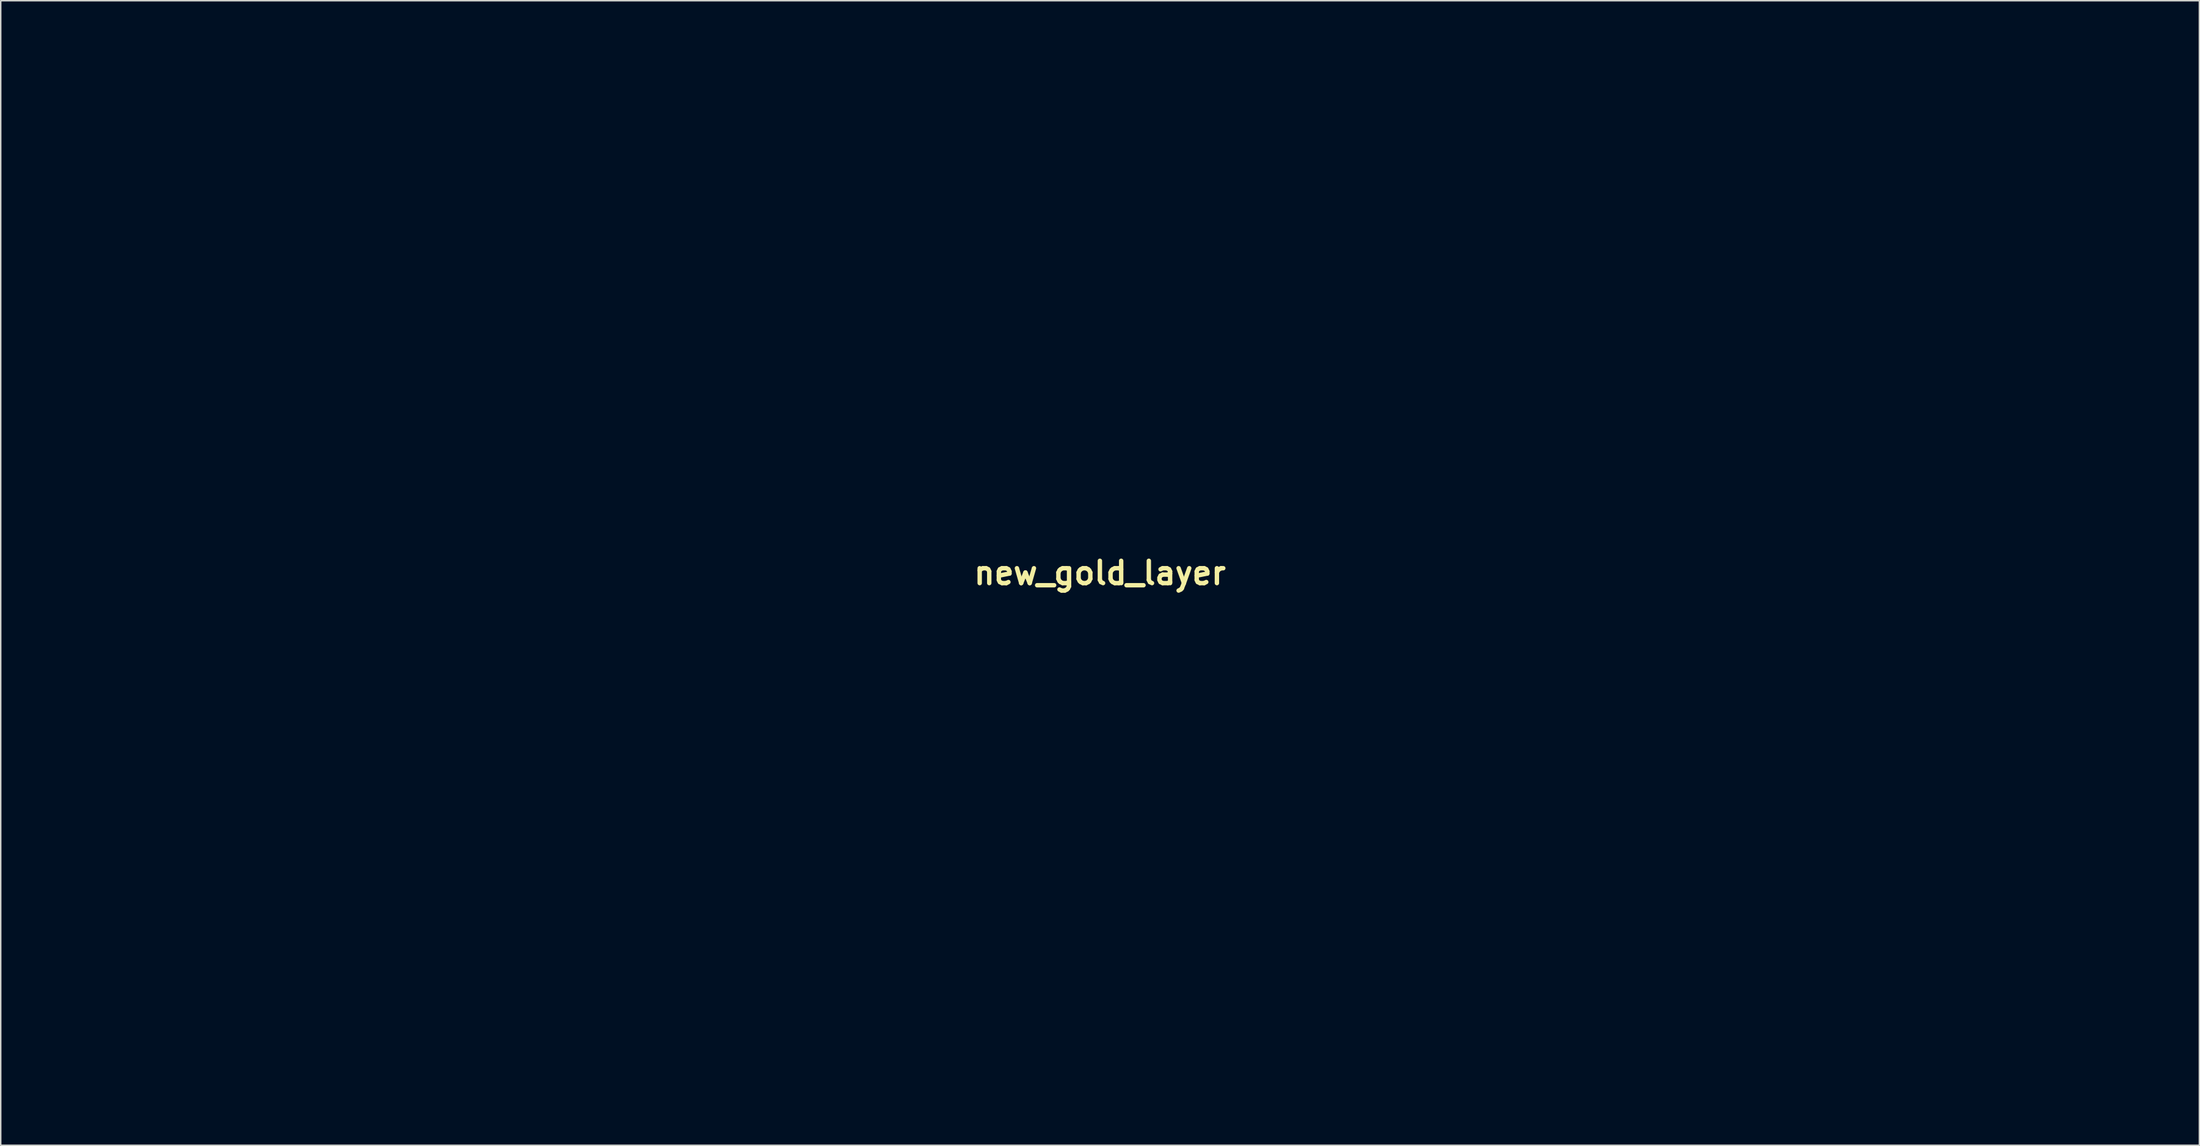
<source format=kicad_pcb>
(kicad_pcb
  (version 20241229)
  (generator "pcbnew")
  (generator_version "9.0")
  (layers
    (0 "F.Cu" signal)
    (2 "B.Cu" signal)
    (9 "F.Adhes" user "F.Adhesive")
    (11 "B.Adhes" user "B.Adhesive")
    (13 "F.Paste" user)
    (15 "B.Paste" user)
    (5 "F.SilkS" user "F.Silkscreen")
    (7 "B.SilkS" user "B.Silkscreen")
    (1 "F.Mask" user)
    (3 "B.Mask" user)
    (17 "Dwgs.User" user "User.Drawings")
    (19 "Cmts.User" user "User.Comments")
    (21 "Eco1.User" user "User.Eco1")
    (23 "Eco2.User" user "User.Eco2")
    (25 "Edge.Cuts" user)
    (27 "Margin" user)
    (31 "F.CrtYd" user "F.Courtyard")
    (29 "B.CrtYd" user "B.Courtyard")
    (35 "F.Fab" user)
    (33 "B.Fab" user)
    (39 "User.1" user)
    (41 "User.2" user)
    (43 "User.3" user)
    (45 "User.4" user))
  (footprint "new_gold_layer"
    (layer "F.Cu")
    (at 71.987 36.056)
    (property "Reference" "new_gold_layer" (at 0 0 0) (layer "F.SilkS") (effects (font (size 1.524 1.524) (thickness 0.3))))
    (attr board_only exclude_from_pos_files exclude_from_bom)
    (fp_poly (pts (xy -33.244 28.852) (xy -33.173 28.853) (xy -33.123 28.855) (xy -33.1 28.858) (xy -33.1 28.859) (xy -33.104 28.877) (xy -33.114 28.924) (xy -33.13 28.991) (xy -33.149 29.073) (xy -33.152 29.084) (xy -33.225 29.431) (xy -33.279 29.775) (xy -33.314 30.127) (xy -33.331 30.495) (xy -33.334 30.71) (xy -33.333 30.847) (xy -33.331 30.988) (xy -33.327 31.123) (xy -33.322 31.245) (xy -33.316 31.343) (xy -33.314 31.374) (xy -33.257 31.851) (xy -33.173 32.306) (xy -33.061 32.74) (xy -32.922 33.155) (xy -32.754 33.551) (xy -32.557 33.931) (xy -32.331 34.294) (xy -32.088 34.627) (xy -32.035 34.69) (xy -31.963 34.771) (xy -31.876 34.866) (xy -31.779 34.968) (xy -31.677 35.073) (xy -31.593 35.157) (xy -31.241 35.506) (xy -31.241 35.781) (xy -31.242 35.877) (xy -31.245 35.958) (xy -31.249 36.018) (xy -31.254 36.051) (xy -31.257 36.056) (xy -31.277 36.045) (xy -31.318 36.017) (xy -31.373 35.976) (xy -31.421 35.939) (xy -31.778 35.637) (xy -32.107 35.312) (xy -32.408 34.966) (xy -32.681 34.599) (xy -32.924 34.213) (xy -33.137 33.808) (xy -33.321 33.385) (xy -33.473 32.944) (xy -33.49 32.889) (xy -33.587 32.52) (xy -33.663 32.138) (xy -33.718 31.739) (xy -33.754 31.318) (xy -33.771 30.872) (xy -33.772 30.693) (xy -33.766 30.348) (xy -33.747 30.012) (xy -33.716 29.688) (xy -33.674 29.383) (xy -33.621 29.103) (xy -33.576 28.918) (xy -33.558 28.852) (xy -33.329 28.852)) (stroke (width 0) (type solid)) (fill yes) (layer "F.Mask"))
    (fp_poly (pts (xy -60.686 28.998) (xy -60.655 29.042) (xy -60.605 29.112) (xy -60.541 29.203) (xy -60.463 29.312) (xy -60.375 29.436) (xy -60.28 29.571) (xy -60.179 29.713) (xy -60.087 29.843) (xy -59.955 30.029) (xy -59.841 30.189) (xy -59.743 30.326) (xy -59.659 30.443) (xy -59.586 30.544) (xy -59.522 30.63) (xy -59.465 30.707) (xy -59.412 30.775) (xy -59.362 30.839) (xy -59.311 30.902) (xy -59.259 30.966) (xy -59.204 31.032) (xy -58.911 31.359) (xy -58.605 31.654) (xy -58.289 31.919) (xy -57.961 32.151) (xy -57.624 32.351) (xy -57.278 32.518) (xy -56.924 32.652) (xy -56.562 32.753) (xy -56.195 32.819) (xy -55.821 32.851) (xy -55.668 32.854) (xy -55.485 32.851) (xy -55.325 32.844) (xy -55.174 32.83) (xy -55.02 32.808) (xy -54.858 32.779) (xy -54.534 32.702) (xy -54.217 32.596) (xy -53.911 32.465) (xy -53.62 32.31) (xy -53.348 32.134) (xy -53.1 31.938) (xy -52.878 31.726) (xy -52.813 31.654) (xy -52.666 31.465) (xy -52.541 31.262) (xy -52.438 31.039) (xy -52.354 30.794) (xy -52.288 30.523) (xy -52.256 30.347) (xy -52.242 30.231) (xy -52.232 30.091) (xy -52.227 29.936) (xy -52.225 29.769) (xy -52.228 29.599) (xy -52.234 29.431) (xy -52.243 29.272) (xy -52.256 29.127) (xy -52.272 29.003) (xy -52.291 28.906) (xy -52.298 28.883) (xy -52.299 28.871) (xy -52.291 28.863) (xy -52.269 28.858) (xy -52.229 28.854) (xy -52.166 28.852) (xy -52.075 28.852) (xy -52.005 28.852) (xy -51.906 28.852) (xy -51.82 28.854) (xy -51.754 28.857) (xy -51.713 28.861) (xy -51.703 28.865) (xy -51.7 28.887) (xy -51.695 28.936) (xy -51.686 29.006) (xy -51.676 29.089) (xy -51.676 29.091) (xy -51.642 29.467) (xy -51.635 29.835) (xy -51.656 30.194) (xy -51.703 30.54) (xy -51.776 30.87) (xy -51.875 31.183) (xy -51.999 31.474) (xy -52.13 31.715) (xy -52.319 31.989) (xy -52.534 32.241) (xy -52.775 32.469) (xy -53.042 32.674) (xy -53.332 32.855) (xy -53.645 33.01) (xy -53.979 33.139) (xy -54.267 33.224) (xy -54.539 33.287) (xy -54.828 33.337) (xy -55.125 33.375) (xy -55.421 33.4) (xy -55.706 33.411) (xy -55.971 33.406) (xy -56.049 33.401) (xy -56.439 33.358) (xy -56.812 33.286) (xy -57.173 33.184) (xy -57.526 33.051) (xy -57.765 32.941) (xy -58.029 32.803) (xy -58.279 32.653) (xy -58.52 32.486) (xy -58.762 32.298) (xy -59.012 32.084) (xy -59.013 32.083) (xy -59.179 31.927) (xy -59.344 31.76) (xy -59.509 31.579) (xy -59.678 31.38) (xy -59.854 31.16) (xy -60.04 30.914) (xy -60.233 30.648) (xy -60.346 30.49) (xy -60.46 30.329) (xy -60.574 30.169) (xy -60.686 30.01) (xy -60.794 29.857) (xy -60.896 29.712) (xy -60.99 29.578) (xy -61.075 29.457) (xy -61.149 29.352) (xy -61.208 29.265) (xy -61.253 29.2) (xy -61.281 29.159) (xy -61.29 29.145) (xy -61.28 29.125) (xy -61.25 29.087) (xy -61.202 29.038) (xy -61.148 28.987) (xy -60.999 28.852) (xy -60.791 28.852)) (stroke (width 0) (type solid)) (fill yes) (layer "F.Mask"))
    (fp_poly (pts (xy -71.609 4.815) (xy -71.536 4.816) (xy -71.486 4.818) (xy -71.457 4.823) (xy -71.441 4.831) (xy -71.433 4.843) (xy -71.431 4.854) (xy -71.362 5.156) (xy -71.295 5.427) (xy -71.226 5.675) (xy -71.155 5.904) (xy -71.079 6.119) (xy -70.997 6.327) (xy -70.907 6.534) (xy -70.82 6.717) (xy -70.626 7.077) (xy -70.412 7.408) (xy -70.179 7.71) (xy -69.923 7.985) (xy -69.645 8.235) (xy -69.344 8.459) (xy -69.018 8.659) (xy -68.835 8.755) (xy -68.757 8.794) (xy -68.683 8.829) (xy -68.609 8.863) (xy -68.531 8.896) (xy -68.444 8.931) (xy -68.345 8.968) (xy -68.229 9.011) (xy -68.093 9.06) (xy -67.931 9.117) (xy -67.74 9.183) (xy -67.73 9.186) (xy -66.905 9.467) (xy -66.106 9.726) (xy -65.332 9.965) (xy -64.581 10.183) (xy -63.852 10.381) (xy -63.143 10.56) (xy -62.453 10.72) (xy -61.779 10.862) (xy -61.121 10.985) (xy -60.88 11.026) (xy -60.664 11.061) (xy -60.477 11.089) (xy -60.312 11.112) (xy -60.163 11.129) (xy -60.024 11.141) (xy -59.889 11.149) (xy -59.753 11.154) (xy -59.608 11.155) (xy -59.606 11.155) (xy -59.269 11.143) (xy -58.956 11.107) (xy -58.665 11.044) (xy -58.393 10.955) (xy -58.139 10.838) (xy -57.901 10.692) (xy -57.675 10.516) (xy -57.461 10.311) (xy -57.322 10.155) (xy -57.194 9.993) (xy -57.066 9.815) (xy -56.937 9.619) (xy -56.807 9.403) (xy -56.675 9.164) (xy -56.54 8.903) (xy -56.401 8.615) (xy -56.256 8.301) (xy -56.106 7.959) (xy -55.95 7.586) (xy -55.785 7.18) (xy -55.742 7.071) (xy -55.602 6.717) (xy -55.307 6.712) (xy -55.186 6.711) (xy -55.098 6.713) (xy -55.041 6.717) (xy -55.015 6.723) (xy -55.013 6.727) (xy -55.019 6.75) (xy -55.037 6.801) (xy -55.065 6.877) (xy -55.101 6.974) (xy -55.145 7.087) (xy -55.193 7.213) (xy -55.246 7.347) (xy -55.3 7.486) (xy -55.355 7.624) (xy -55.409 7.759) (xy -55.46 7.886) (xy -55.485 7.947) (xy -55.619 8.268) (xy -55.743 8.557) (xy -55.86 8.819) (xy -55.971 9.057) (xy -56.077 9.274) (xy -56.181 9.472) (xy -56.283 9.657) (xy -56.386 9.829) (xy -56.491 9.993) (xy -56.494 9.997) (xy -56.72 10.312) (xy -56.958 10.595) (xy -57.21 10.845) (xy -57.476 11.062) (xy -57.756 11.248) (xy -58.051 11.403) (xy -58.362 11.527) (xy -58.69 11.62) (xy -59.034 11.682) (xy -59.163 11.698) (xy -59.306 11.71) (xy -59.465 11.719) (xy -59.626 11.724) (xy -59.776 11.726) (xy -59.88 11.724) (xy -60.148 11.707) (xy -60.447 11.676) (xy -60.775 11.633) (xy -61.132 11.576) (xy -61.517 11.506) (xy -61.927 11.425) (xy -62.362 11.331) (xy -62.82 11.225) (xy -63.3 11.107) (xy -63.8 10.979) (xy -64.32 10.84) (xy -64.857 10.69) (xy -65.411 10.529) (xy -65.981 10.359) (xy -66.465 10.21) (xy -66.798 10.106) (xy -67.099 10.01) (xy -67.372 9.922) (xy -67.619 9.841) (xy -67.843 9.764) (xy -68.046 9.693) (xy -68.233 9.624) (xy -68.404 9.559) (xy -68.563 9.495) (xy -68.714 9.431) (xy -68.857 9.366) (xy -68.997 9.3) (xy -69.107 9.246) (xy -69.448 9.065) (xy -69.761 8.873) (xy -70.048 8.669) (xy -70.312 8.45) (xy -70.553 8.214) (xy -70.772 7.959) (xy -70.973 7.684) (xy -71.155 7.385) (xy -71.322 7.062) (xy -71.473 6.711) (xy -71.612 6.332) (xy -71.739 5.921) (xy -71.79 5.735) (xy -71.813 5.648) (xy -71.838 5.545) (xy -71.865 5.431) (xy -71.892 5.314) (xy -71.918 5.199) (xy -71.942 5.091) (xy -71.962 4.996) (xy -71.977 4.919) (xy -71.986 4.868) (xy -71.987 4.851) (xy -71.986 4.837) (xy -71.978 4.827) (xy -71.958 4.821) (xy -71.921 4.817) (xy -71.862 4.815) (xy -71.776 4.815) (xy -71.713 4.814)) (stroke (width 0) (type solid)) (fill yes) (layer "F.Mask"))
    (fp_poly (pts (xy -67.897 16.61) (xy -67.745 16.616) (xy -67.586 16.623) (xy -67.426 16.632) (xy -67.274 16.643) (xy -67.136 16.655) (xy -67.018 16.668) (xy -66.976 16.674) (xy -66.592 16.746) (xy -66.222 16.848) (xy -65.863 16.982) (xy -65.513 17.148) (xy -65.171 17.347) (xy -64.834 17.58) (xy -64.686 17.694) (xy -64.585 17.779) (xy -64.465 17.886) (xy -64.334 18.011) (xy -64.194 18.147) (xy -64.052 18.291) (xy -63.912 18.437) (xy -63.78 18.579) (xy -63.66 18.714) (xy -63.581 18.807) (xy -63.306 19.149) (xy -63.024 19.524) (xy -62.736 19.929) (xy -62.445 20.362) (xy -62.15 20.821) (xy -61.989 21.081) (xy -61.88 21.26) (xy -61.787 21.412) (xy -61.708 21.54) (xy -61.643 21.646) (xy -61.588 21.734) (xy -61.543 21.806) (xy -61.505 21.866) (xy -61.472 21.916) (xy -61.443 21.96) (xy -61.416 21.999) (xy -61.389 22.039) (xy -61.378 22.054) (xy -61.201 22.288) (xy -61.006 22.522) (xy -60.797 22.749) (xy -60.584 22.961) (xy -60.373 23.15) (xy -60.296 23.213) (xy -60.128 23.342) (xy -59.946 23.47) (xy -59.761 23.592) (xy -59.583 23.7) (xy -59.467 23.764) (xy -59.395 23.803) (xy -59.338 23.837) (xy -59.301 23.863) (xy -59.29 23.877) (xy -59.29 23.878) (xy -59.32 23.89) (xy -59.379 23.905) (xy -59.462 23.922) (xy -59.563 23.938) (xy -59.676 23.954) (xy -59.796 23.969) (xy -59.917 23.982) (xy -60.032 23.992) (xy -60.066 23.994) (xy -60.261 24.006) (xy -60.402 23.904) (xy -60.546 23.797) (xy -60.688 23.682) (xy -60.828 23.558) (xy -60.968 23.423) (xy -61.111 23.276) (xy -61.256 23.115) (xy -61.406 22.937) (xy -61.561 22.742) (xy -61.724 22.528) (xy -61.895 22.292) (xy -62.075 22.034) (xy -62.268 21.752) (xy -62.472 21.443) (xy -62.691 21.106) (xy -62.916 20.754) (xy -63.097 20.47) (xy -63.265 20.214) (xy -63.42 19.983) (xy -63.567 19.773) (xy -63.707 19.581) (xy -63.843 19.403) (xy -63.978 19.237) (xy -64.113 19.078) (xy -64.252 18.924) (xy -64.397 18.77) (xy -64.429 18.738) (xy -64.712 18.461) (xy -64.993 18.215) (xy -65.277 17.996) (xy -65.57 17.8) (xy -65.876 17.622) (xy -66.067 17.524) (xy -66.337 17.399) (xy -66.593 17.3) (xy -66.839 17.226) (xy -67.084 17.174) (xy -67.332 17.144) (xy -67.592 17.133) (xy -67.615 17.133) (xy -67.932 17.149) (xy -68.234 17.197) (xy -68.523 17.278) (xy -68.797 17.391) (xy -69.055 17.535) (xy -69.299 17.712) (xy -69.526 17.919) (xy -69.737 18.158) (xy -69.907 18.391) (xy -70.05 18.631) (xy -70.177 18.895) (xy -70.285 19.175) (xy -70.37 19.462) (xy -70.421 19.7) (xy -70.445 19.88) (xy -70.461 20.087) (xy -70.47 20.316) (xy -70.47 20.559) (xy -70.464 20.81) (xy -70.45 21.061) (xy -70.429 21.307) (xy -70.401 21.54) (xy -70.366 21.755) (xy -70.358 21.798) (xy -70.27 22.161) (xy -70.153 22.513) (xy -70.01 22.852) (xy -69.842 23.173) (xy -69.65 23.473) (xy -69.437 23.748) (xy -69.343 23.854) (xy -69.293 23.909) (xy -69.254 23.954) (xy -69.23 23.984) (xy -69.226 23.991) (xy -69.243 23.994) (xy -69.29 23.997) (xy -69.363 23.999) (xy -69.455 24.001) (xy -69.563 24.002) (xy -69.615 24.002) (xy -70.004 24.002) (xy -70.09 23.873) (xy -70.299 23.534) (xy -70.485 23.17) (xy -70.646 22.784) (xy -70.782 22.38) (xy -70.892 21.961) (xy -70.974 21.53) (xy -71.007 21.294) (xy -71.019 21.166) (xy -71.028 21.013) (xy -71.034 20.845) (xy -71.037 20.67) (xy -71.037 20.495) (xy -71.034 20.329) (xy -71.028 20.18) (xy -71.018 20.057) (xy -71.016 20.037) (xy -70.951 19.613) (xy -70.859 19.213) (xy -70.741 18.835) (xy -70.596 18.479) (xy -70.424 18.145) (xy -70.353 18.025) (xy -70.167 17.753) (xy -69.963 17.507) (xy -69.743 17.288) (xy -69.509 17.097) (xy -69.262 16.936) (xy -69.005 16.805) (xy -68.738 16.706) (xy -68.465 16.64) (xy -68.239 16.612) (xy -68.151 16.608) (xy -68.034 16.608)) (stroke (width 0) (type solid)) (fill yes) (layer "F.Mask"))
    (fp_poly (pts (xy -21.264 19.829) (xy -20.958 19.871) (xy -20.869 19.888) (xy -20.535 19.972) (xy -20.217 20.085) (xy -19.918 20.226) (xy -19.638 20.393) (xy -19.379 20.586) (xy -19.144 20.803) (xy -18.932 21.042) (xy -18.747 21.303) (xy -18.589 21.583) (xy -18.461 21.882) (xy -18.428 21.975) (xy -18.408 22.04) (xy -18.391 22.107) (xy -18.377 22.179) (xy -18.366 22.26) (xy -18.358 22.354) (xy -18.352 22.465) (xy -18.348 22.595) (xy -18.345 22.749) (xy -18.345 22.93) (xy -18.345 23.142) (xy -18.345 23.196) (xy -18.347 23.391) (xy -18.349 23.554) (xy -18.351 23.69) (xy -18.355 23.804) (xy -18.36 23.899) (xy -18.366 23.98) (xy -18.373 24.052) (xy -18.38 24.099) (xy -18.436 24.438) (xy -18.508 24.773) (xy -18.597 25.108) (xy -18.704 25.444) (xy -18.83 25.787) (xy -18.977 26.138) (xy -19.145 26.502) (xy -19.337 26.882) (xy -19.553 27.281) (xy -19.661 27.471) (xy -19.82 27.745) (xy -19.979 28.01) (xy -20.14 28.269) (xy -20.304 28.522) (xy -20.472 28.774) (xy -20.648 29.025) (xy -20.831 29.279) (xy -21.025 29.537) (xy -21.231 29.802) (xy -21.45 30.075) (xy -21.684 30.36) (xy -21.935 30.659) (xy -22.205 30.973) (xy -22.496 31.305) (xy -22.808 31.658) (xy -23.125 32.011) (xy -23.29 32.194) (xy -23.434 32.355) (xy -23.561 32.498) (xy -23.675 32.626) (xy -23.778 32.744) (xy -23.874 32.855) (xy -23.966 32.963) (xy -24.058 33.072) (xy -24.154 33.186) (xy -24.203 33.246) (xy -24.276 33.332) (xy -24.341 33.409) (xy -24.396 33.472) (xy -24.436 33.517) (xy -24.458 33.54) (xy -24.462 33.542) (xy -24.477 33.528) (xy -24.497 33.494) (xy -24.497 33.493) (xy -24.513 33.457) (xy -24.539 33.398) (xy -24.571 33.323) (xy -24.596 33.263) (xy -24.673 33.082) (xy -24.476 32.847) (xy -24.381 32.735) (xy -24.291 32.629) (xy -24.201 32.524) (xy -24.109 32.418) (xy -24.01 32.305) (xy -23.901 32.183) (xy -23.78 32.047) (xy -23.642 31.893) (xy -23.484 31.717) (xy -23.462 31.692) (xy -23.124 31.315) (xy -22.809 30.961) (xy -22.517 30.626) (xy -22.246 30.309) (xy -21.993 30.007) (xy -21.758 29.719) (xy -21.537 29.442) (xy -21.331 29.174) (xy -21.136 28.913) (xy -20.952 28.656) (xy -20.777 28.401) (xy -20.608 28.146) (xy -20.445 27.889) (xy -20.285 27.628) (xy -20.127 27.36) (xy -20.073 27.267) (xy -19.844 26.856) (xy -19.639 26.464) (xy -19.46 26.09) (xy -19.303 25.731) (xy -19.168 25.382) (xy -19.054 25.041) (xy -18.96 24.706) (xy -18.884 24.373) (xy -18.825 24.038) (xy -18.807 23.904) (xy -18.795 23.794) (xy -18.784 23.662) (xy -18.774 23.513) (xy -18.766 23.355) (xy -18.76 23.194) (xy -18.755 23.035) (xy -18.753 22.886) (xy -18.753 22.753) (xy -18.756 22.643) (xy -18.762 22.561) (xy -18.762 22.559) (xy -18.811 22.273) (xy -18.893 22) (xy -19.006 21.741) (xy -19.149 21.498) (xy -19.322 21.271) (xy -19.523 21.062) (xy -19.752 20.872) (xy -20.006 20.703) (xy -20.286 20.556) (xy -20.441 20.488) (xy -20.684 20.399) (xy -20.918 20.333) (xy -21.154 20.289) (xy -21.403 20.265) (xy -21.639 20.258) (xy -21.786 20.259) (xy -21.911 20.264) (xy -22.02 20.274) (xy -22.125 20.291) (xy -22.233 20.315) (xy -22.353 20.35) (xy -22.496 20.395) (xy -22.533 20.408) (xy -22.847 20.523) (xy -23.171 20.661) (xy -23.505 20.824) (xy -23.852 21.013) (xy -24.214 21.229) (xy -24.593 21.472) (xy -24.772 21.592) (xy -25.012 21.756) (xy -25.25 21.916) (xy -25.483 22.072) (xy -25.708 22.222) (xy -25.926 22.366) (xy -26.132 22.501) (xy -26.326 22.628) (xy -26.507 22.744) (xy -26.671 22.848) (xy -26.817 22.94) (xy -26.944 23.018) (xy -27.049 23.081) (xy -27.131 23.127) (xy -27.188 23.156) (xy -27.218 23.167) (xy -27.221 23.167) (xy -27.237 23.152) (xy -27.271 23.115) (xy -27.318 23.061) (xy -27.372 22.997) (xy -27.373 22.996) (xy -27.432 22.925) (xy -27.47 22.875) (xy -27.489 22.842) (xy -27.494 22.821) (xy -27.487 22.809) (xy -27.465 22.793) (xy -27.418 22.762) (xy -27.349 22.719) (xy -27.264 22.667) (xy -27.168 22.607) (xy -27.117 22.576) (xy -26.706 22.322) (xy -26.28 22.049) (xy -25.85 21.766) (xy -25.425 21.478) (xy -25.344 21.422) (xy -25.211 21.33) (xy -25.078 21.239) (xy -24.951 21.152) (xy -24.833 21.072) (xy -24.731 21.003) (xy -24.649 20.948) (xy -24.601 20.917) (xy -24.217 20.678) (xy -23.85 20.469) (xy -23.496 20.29) (xy -23.154 20.14) (xy -22.823 20.02) (xy -22.501 19.927) (xy -22.186 19.862) (xy -21.876 19.825) (xy -21.569 19.814)) (stroke (width 0) (type solid)) (fill yes) (layer "F.Mask"))
    (fp_poly (pts (xy 15.366 -5.938) (xy 15.624 -5.937) (xy 15.875 -5.936) (xy 16.116 -5.935) (xy 16.344 -5.934) (xy 16.556 -5.932) (xy 16.749 -5.929) (xy 16.921 -5.927) (xy 17.068 -5.924) (xy 17.188 -5.92) (xy 17.277 -5.917) (xy 17.32 -5.914) (xy 17.693 -5.874) (xy 18.039 -5.816) (xy 18.36 -5.739) (xy 18.659 -5.643) (xy 18.941 -5.525) (xy 19.208 -5.385) (xy 19.464 -5.222) (xy 19.554 -5.158) (xy 19.638 -5.09) (xy 19.738 -5.001) (xy 19.847 -4.898) (xy 19.959 -4.786) (xy 20.067 -4.672) (xy 20.166 -4.563) (xy 20.25 -4.464) (xy 20.302 -4.394) (xy 20.449 -4.171) (xy 20.579 -3.945) (xy 20.692 -3.71) (xy 20.789 -3.465) (xy 20.873 -3.206) (xy 20.942 -2.929) (xy 20.999 -2.63) (xy 21.045 -2.307) (xy 21.081 -1.955) (xy 21.101 -1.682) (xy 21.11 -1.445) (xy 21.112 -1.187) (xy 21.106 -0.92) (xy 21.092 -0.657) (xy 21.072 -0.411) (xy 21.071 -0.407) (xy 21.062 -0.323) (xy 21.049 -0.225) (xy 21.034 -0.118) (xy 21.018 -0.01) (xy 21.002 0.096) (xy 20.986 0.192) (xy 20.972 0.272) (xy 20.96 0.331) (xy 20.952 0.363) (xy 20.95 0.367) (xy 20.93 0.369) (xy 20.883 0.368) (xy 20.816 0.363) (xy 20.735 0.357) (xy 20.65 0.35) (xy 20.566 0.341) (xy 20.491 0.333) (xy 20.433 0.325) (xy 20.398 0.318) (xy 20.391 0.315) (xy 20.394 0.293) (xy 20.402 0.243) (xy 20.415 0.172) (xy 20.43 0.087) (xy 20.434 0.066) (xy 20.495 -0.342) (xy 20.533 -0.768) (xy 20.548 -1.206) (xy 20.54 -1.648) (xy 20.508 -2.084) (xy 20.487 -2.266) (xy 20.428 -2.634) (xy 20.345 -2.977) (xy 20.24 -3.295) (xy 20.109 -3.591) (xy 19.954 -3.867) (xy 19.773 -4.124) (xy 19.629 -4.296) (xy 19.412 -4.514) (xy 19.179 -4.707) (xy 18.928 -4.873) (xy 18.657 -5.016) (xy 18.364 -5.134) (xy 18.046 -5.23) (xy 17.703 -5.305) (xy 17.506 -5.337) (xy 17.411 -5.348) (xy 17.296 -5.358) (xy 17.159 -5.367) (xy 16.999 -5.376) (xy 16.813 -5.382) (xy 16.602 -5.388) (xy 16.363 -5.393) (xy 16.095 -5.397) (xy 15.796 -5.401) (xy 15.465 -5.403) (xy 15.101 -5.404) (xy 14.939 -5.404) (xy 14.568 -5.405) (xy 14.228 -5.404) (xy 13.917 -5.401) (xy 13.631 -5.397) (xy 13.367 -5.392) (xy 13.121 -5.385) (xy 12.89 -5.376) (xy 12.67 -5.365) (xy 12.458 -5.352) (xy 12.251 -5.337) (xy 12.045 -5.319) (xy 11.836 -5.299) (xy 11.621 -5.276) (xy 11.525 -5.265) (xy 11.395 -5.251) (xy 11.291 -5.24) (xy 11.206 -5.234) (xy 11.132 -5.231) (xy 11.06 -5.231) (xy 10.983 -5.235) (xy 10.891 -5.241) (xy 10.879 -5.242) (xy 10.596 -5.255) (xy 10.286 -5.255) (xy 9.955 -5.243) (xy 9.609 -5.219) (xy 9.254 -5.182) (xy 8.949 -5.141) (xy 8.43 -5.059) (xy 7.944 -4.968) (xy 7.486 -4.867) (xy 7.054 -4.755) (xy 6.645 -4.631) (xy 6.256 -4.495) (xy 5.884 -4.344) (xy 5.527 -4.179) (xy 5.182 -3.998) (xy 4.845 -3.801) (xy 4.691 -3.703) (xy 4.289 -3.423) (xy 3.899 -3.111) (xy 3.521 -2.769) (xy 3.158 -2.399) (xy 2.811 -2.002) (xy 2.481 -1.582) (xy 2.169 -1.138) (xy 1.878 -0.675) (xy 1.609 -0.193) (xy 1.364 0.305) (xy 1.148 0.805) (xy 1.109 0.902) (xy 1.072 0.987) (xy 1.041 1.055) (xy 1.017 1.101) (xy 1.005 1.119) (xy 0.981 1.125) (xy 0.93 1.136) (xy 0.858 1.15) (xy 0.773 1.165) (xy 0.683 1.181) (xy 0.594 1.195) (xy 0.514 1.208) (xy 0.451 1.217) (xy 0.411 1.221) (xy 0.405 1.221) (xy 0.395 1.216) (xy 0.393 1.198) (xy 0.401 1.162) (xy 0.42 1.102) (xy 0.451 1.015) (xy 0.452 1.013) (xy 0.683 0.423) (xy 0.943 -0.149) (xy 1.23 -0.702) (xy 1.544 -1.234) (xy 1.883 -1.743) (xy 2.247 -2.229) (xy 2.635 -2.69) (xy 2.929 -3.006) (xy 3.313 -3.377) (xy 3.722 -3.723) (xy 4.154 -4.042) (xy 4.607 -4.334) (xy 5.082 -4.599) (xy 5.577 -4.837) (xy 6.09 -5.046) (xy 6.622 -5.226) (xy 7.171 -5.376) (xy 7.372 -5.423) (xy 7.886 -5.531) (xy 8.372 -5.62) (xy 8.834 -5.69) (xy 9.272 -5.742) (xy 9.691 -5.776) (xy 10.091 -5.792) (xy 10.476 -5.791) (xy 10.626 -5.786) (xy 10.769 -5.78) (xy 10.885 -5.777) (xy 10.981 -5.777) (xy 11.067 -5.78) (xy 11.149 -5.786) (xy 11.237 -5.796) (xy 11.371 -5.811) (xy 11.535 -5.827) (xy 11.719 -5.844) (xy 11.919 -5.861) (xy 12.126 -5.877) (xy 12.334 -5.892) (xy 12.536 -5.906) (xy 12.691 -5.916) (xy 12.776 -5.919) (xy 12.892 -5.923) (xy 13.036 -5.926) (xy 13.205 -5.929) (xy 13.395 -5.931) (xy 13.605 -5.933) (xy 13.831 -5.935) (xy 14.071 -5.936) (xy 14.321 -5.937) (xy 14.578 -5.938) (xy 14.84 -5.938) (xy 15.103 -5.938)) (stroke (width 0) (type solid)) (fill yes) (layer "F.Mask"))
    (fp_poly (pts (xy -5.989 8.519) (xy -5.977 8.538) (xy -5.953 8.581) (xy -5.919 8.642) (xy -5.88 8.714) (xy -5.838 8.792) (xy -5.798 8.868) (xy -5.762 8.935) (xy -5.735 8.989) (xy -5.72 9.021) (xy -5.717 9.027) (xy -5.73 9.042) (xy -5.766 9.076) (xy -5.821 9.125) (xy -5.891 9.184) (xy -5.961 9.242) (xy -6.545 9.746) (xy -7.1 10.27) (xy -7.627 10.815) (xy -8.127 11.382) (xy -8.601 11.973) (xy -9.049 12.587) (xy -9.472 13.227) (xy -9.579 13.399) (xy -9.775 13.729) (xy -9.943 14.041) (xy -10.086 14.335) (xy -10.204 14.616) (xy -10.299 14.886) (xy -10.371 15.146) (xy -10.39 15.231) (xy -10.412 15.361) (xy -10.428 15.51) (xy -10.438 15.667) (xy -10.441 15.82) (xy -10.436 15.96) (xy -10.426 16.056) (xy -10.374 16.3) (xy -10.291 16.528) (xy -10.178 16.74) (xy -10.033 16.937) (xy -9.857 17.118) (xy -9.649 17.284) (xy -9.41 17.435) (xy -9.138 17.572) (xy -8.85 17.688) (xy -8.724 17.73) (xy -8.579 17.774) (xy -8.424 17.817) (xy -8.268 17.856) (xy -8.119 17.89) (xy -7.987 17.916) (xy -7.891 17.93) (xy -7.806 17.942) (xy -7.702 17.96) (xy -7.596 17.981) (xy -7.538 17.993) (xy -7.487 18.004) (xy -7.405 18.021) (xy -7.294 18.043) (xy -7.159 18.071) (xy -7.003 18.102) (xy -6.83 18.137) (xy -6.642 18.174) (xy -6.444 18.214) (xy -6.238 18.255) (xy -6.126 18.277) (xy -5.722 18.357) (xy -5.351 18.432) (xy -5.009 18.502) (xy -4.694 18.568) (xy -4.403 18.631) (xy -4.134 18.691) (xy -3.884 18.749) (xy -3.649 18.805) (xy -3.429 18.861) (xy -3.219 18.916) (xy -3.017 18.972) (xy -2.821 19.029) (xy -2.628 19.088) (xy -2.435 19.149) (xy -2.239 19.213) (xy -2.213 19.222) (xy -2.088 19.264) (xy -1.966 19.307) (xy -1.841 19.352) (xy -1.71 19.401) (xy -1.57 19.455) (xy -1.418 19.515) (xy -1.25 19.583) (xy -1.063 19.66) (xy -0.853 19.748) (xy -0.617 19.847) (xy -0.398 19.939) (xy -0.018 20.099) (xy 0.333 20.244) (xy 0.659 20.376) (xy 0.963 20.496) (xy 1.249 20.605) (xy 1.519 20.704) (xy 1.777 20.795) (xy 2.026 20.878) (xy 2.269 20.956) (xy 2.51 21.028) (xy 2.751 21.097) (xy 2.816 21.115) (xy 3.185 21.21) (xy 3.54 21.29) (xy 3.878 21.355) (xy 4.191 21.402) (xy 4.309 21.417) (xy 4.383 21.425) (xy 4.443 21.433) (xy 4.48 21.438) (xy 4.488 21.44) (xy 4.496 21.458) (xy 4.512 21.502) (xy 4.536 21.565) (xy 4.564 21.642) (xy 4.595 21.725) (xy 4.625 21.807) (xy 4.652 21.882) (xy 4.673 21.942) (xy 4.687 21.982) (xy 4.691 21.994) (xy 4.675 21.997) (xy 4.633 21.999) (xy 4.574 21.999) (xy 4.509 21.997) (xy 4.447 21.994) (xy 4.399 21.99) (xy 4.358 21.985) (xy 4.292 21.978) (xy 4.215 21.969) (xy 4.177 21.965) (xy 3.907 21.929) (xy 3.611 21.878) (xy 3.295 21.814) (xy 2.963 21.738) (xy 2.622 21.651) (xy 2.276 21.554) (xy 1.932 21.449) (xy 1.823 21.414) (xy 1.654 21.358) (xy 1.484 21.3) (xy 1.31 21.239) (xy 1.131 21.174) (xy 0.943 21.103) (xy 0.743 21.027) (xy 0.529 20.943) (xy 0.299 20.851) (xy 0.048 20.749) (xy -0.225 20.637) (xy -0.523 20.514) (xy -0.848 20.378) (xy -1.085 20.278) (xy -1.322 20.179) (xy -1.548 20.087) (xy -1.765 20) (xy -1.977 19.918) (xy -2.184 19.841) (xy -2.39 19.768) (xy -2.597 19.698) (xy -2.806 19.63) (xy -3.02 19.565) (xy -3.241 19.501) (xy -3.471 19.438) (xy -3.713 19.375) (xy -3.969 19.312) (xy -4.241 19.249) (xy -4.531 19.183) (xy -4.841 19.116) (xy -5.174 19.046) (xy -5.531 18.973) (xy -5.916 18.896) (xy -6.329 18.814) (xy -6.774 18.728) (xy -7.054 18.674) (xy -7.403 18.606) (xy -7.719 18.543) (xy -8.005 18.484) (xy -8.264 18.428) (xy -8.496 18.375) (xy -8.705 18.324) (xy -8.893 18.274) (xy -9.062 18.225) (xy -9.215 18.176) (xy -9.354 18.126) (xy -9.481 18.074) (xy -9.599 18.021) (xy -9.71 17.964) (xy -9.816 17.904) (xy -9.919 17.84) (xy -9.962 17.812) (xy -10.179 17.647) (xy -10.372 17.457) (xy -10.54 17.245) (xy -10.684 17.012) (xy -10.801 16.76) (xy -10.892 16.492) (xy -10.956 16.209) (xy -10.991 15.914) (xy -10.997 15.608) (xy -10.974 15.295) (xy -10.929 15.014) (xy -10.883 14.813) (xy -10.827 14.613) (xy -10.758 14.409) (xy -10.675 14.2) (xy -10.577 13.983) (xy -10.463 13.755) (xy -10.331 13.514) (xy -10.18 13.256) (xy -10.008 12.979) (xy -9.815 12.681) (xy -9.669 12.461) (xy -9.236 11.848) (xy -8.776 11.253) (xy -8.292 10.679) (xy -7.785 10.13) (xy -7.259 9.605) (xy -6.714 9.11) (xy -6.251 8.722) (xy -6.17 8.657) (xy -6.099 8.601) (xy -6.042 8.557) (xy -6.004 8.529) (xy -5.989 8.519)) (stroke (width 0) (type solid)) (fill yes) (layer "F.Mask"))
    (fp_poly (pts (xy 25.893 -26.496) (xy 26.1 -26.473) (xy 26.303 -26.434) (xy 26.444 -26.397) (xy 26.589 -26.351) (xy 26.758 -26.289) (xy 26.946 -26.214) (xy 27.146 -26.128) (xy 27.354 -26.034) (xy 27.563 -25.935) (xy 27.767 -25.833) (xy 27.96 -25.731) (xy 28.108 -25.649) (xy 28.57 -25.366) (xy 29.003 -25.062) (xy 29.408 -24.739) (xy 29.784 -24.396) (xy 30.13 -24.034) (xy 30.447 -23.653) (xy 30.734 -23.252) (xy 30.992 -22.833) (xy 31.219 -22.396) (xy 31.406 -21.966) (xy 31.567 -21.517) (xy 31.694 -21.074) (xy 31.787 -20.638) (xy 31.844 -20.208) (xy 31.868 -19.785) (xy 31.856 -19.369) (xy 31.81 -18.96) (xy 31.77 -18.736) (xy 31.722 -18.54) (xy 31.657 -18.327) (xy 31.579 -18.108) (xy 31.491 -17.895) (xy 31.418 -17.739) (xy 31.232 -17.399) (xy 31.016 -17.072) (xy 30.77 -16.755) (xy 30.493 -16.448) (xy 30.184 -16.15) (xy 29.842 -15.861) (xy 29.466 -15.579) (xy 29.195 -15.393) (xy 28.797 -15.145) (xy 28.392 -14.918) (xy 27.976 -14.712) (xy 27.547 -14.527) (xy 27.103 -14.361) (xy 26.641 -14.214) (xy 26.16 -14.085) (xy 25.656 -13.974) (xy 25.127 -13.879) (xy 24.571 -13.801) (xy 23.986 -13.737) (xy 23.86 -13.726) (xy 23.726 -13.716) (xy 23.571 -13.707) (xy 23.403 -13.7) (xy 23.228 -13.695) (xy 23.053 -13.692) (xy 22.886 -13.69) (xy 22.732 -13.691) (xy 22.599 -13.694) (xy 22.493 -13.699) (xy 22.479 -13.7) (xy 22.021 -13.752) (xy 21.585 -13.83) (xy 21.172 -13.935) (xy 20.78 -14.067) (xy 20.409 -14.227) (xy 20.058 -14.414) (xy 19.727 -14.63) (xy 19.413 -14.874) (xy 19.132 -15.133) (xy 19.046 -15.221) (xy 18.96 -15.314) (xy 18.879 -15.404) (xy 18.813 -15.483) (xy 18.775 -15.53) (xy 18.604 -15.788) (xy 18.467 -16.054) (xy 18.364 -16.328) (xy 18.294 -16.611) (xy 18.257 -16.905) (xy 18.256 -17.045) (xy 18.808 -17.045) (xy 18.826 -16.797) (xy 18.87 -16.585) (xy 18.943 -16.375) (xy 19.049 -16.163) (xy 19.185 -15.953) (xy 19.349 -15.746) (xy 19.538 -15.545) (xy 19.749 -15.353) (xy 19.98 -15.171) (xy 20.229 -15.002) (xy 20.493 -14.848) (xy 20.769 -14.712) (xy 21.006 -14.614) (xy 21.259 -14.526) (xy 21.524 -14.451) (xy 21.804 -14.388) (xy 22.104 -14.336) (xy 22.426 -14.295) (xy 22.774 -14.264) (xy 23.15 -14.243) (xy 23.401 -14.235) (xy 23.468 -14.235) (xy 23.559 -14.239) (xy 23.665 -14.245) (xy 23.775 -14.254) (xy 23.817 -14.258) (xy 24.417 -14.326) (xy 24.998 -14.414) (xy 25.556 -14.522) (xy 26.09 -14.649) (xy 26.599 -14.795) (xy 27.08 -14.959) (xy 27.306 -15.046) (xy 27.435 -15.101) (xy 27.585 -15.168) (xy 27.748 -15.244) (xy 27.916 -15.324) (xy 28.079 -15.405) (xy 28.229 -15.482) (xy 28.359 -15.552) (xy 28.4 -15.575) (xy 28.555 -15.668) (xy 28.727 -15.776) (xy 28.906 -15.894) (xy 29.083 -16.016) (xy 29.25 -16.136) (xy 29.397 -16.247) (xy 29.436 -16.277) (xy 29.542 -16.365) (xy 29.662 -16.472) (xy 29.79 -16.591) (xy 29.921 -16.717) (xy 30.049 -16.844) (xy 30.169 -16.967) (xy 30.274 -17.08) (xy 30.359 -17.178) (xy 30.381 -17.205) (xy 30.613 -17.523) (xy 30.814 -17.851) (xy 30.982 -18.189) (xy 31.116 -18.536) (xy 31.216 -18.888) (xy 31.282 -19.246) (xy 31.286 -19.275) (xy 31.301 -19.437) (xy 31.309 -19.623) (xy 31.309 -19.822) (xy 31.303 -20.023) (xy 31.291 -20.215) (xy 31.271 -20.387) (xy 31.261 -20.455) (xy 31.177 -20.853) (xy 31.061 -21.255) (xy 30.915 -21.657) (xy 30.743 -22.054) (xy 30.545 -22.439) (xy 30.324 -22.808) (xy 30.202 -22.991) (xy 30.038 -23.212) (xy 29.851 -23.442) (xy 29.648 -23.674) (xy 29.437 -23.898) (xy 29.223 -24.108) (xy 29.037 -24.276) (xy 28.674 -24.57) (xy 28.283 -24.848) (xy 27.863 -25.112) (xy 27.413 -25.363) (xy 27.108 -25.516) (xy 26.904 -25.614) (xy 26.726 -25.696) (xy 26.57 -25.763) (xy 26.431 -25.817) (xy 26.304 -25.86) (xy 26.186 -25.892) (xy 26.072 -25.915) (xy 25.957 -25.931) (xy 25.837 -25.94) (xy 25.77 -25.944) (xy 25.539 -25.943) (xy 25.319 -25.92) (xy 25.102 -25.875) (xy 24.881 -25.806) (xy 24.65 -25.71) (xy 24.524 -25.65) (xy 24.236 -25.493) (xy 23.956 -25.314) (xy 23.682 -25.11) (xy 23.413 -24.879) (xy 23.146 -24.621) (xy 22.879 -24.333) (xy 22.611 -24.013) (xy 22.363 -23.692) (xy 22.295 -23.599) (xy 22.21 -23.481) (xy 22.111 -23.341) (xy 21.999 -23.182) (xy 21.878 -23.01) (xy 21.751 -22.826) (xy 21.619 -22.636) (xy 21.486 -22.442) (xy 21.354 -22.249) (xy 21.225 -22.061) (xy 21.103 -21.88) (xy 20.99 -21.712) (xy 20.959 -21.665) (xy 20.663 -21.215) (xy 20.391 -20.786) (xy 20.142 -20.376) (xy 19.915 -19.984) (xy 19.707 -19.605) (xy 19.518 -19.238) (xy 19.346 -18.88) (xy 19.19 -18.529) (xy 19.048 -18.181) (xy 19.044 -18.171) (xy 18.938 -17.867) (xy 18.863 -17.579) (xy 18.82 -17.305) (xy 18.808 -17.045) (xy 18.256 -17.045) (xy 18.254 -17.209) (xy 18.284 -17.524) (xy 18.347 -17.852) (xy 18.364 -17.923) (xy 18.42 -18.115) (xy 18.494 -18.333) (xy 18.585 -18.573) (xy 18.692 -18.831) (xy 18.814 -19.103) (xy 18.948 -19.387) (xy 19.055 -19.603) (xy 19.178 -19.842) (xy 19.305 -20.08) (xy 19.438 -20.321) (xy 19.579 -20.567) (xy 19.729 -20.82) (xy 19.889 -21.082) (xy 20.061 -21.355) (xy 20.246 -21.643) (xy 20.446 -21.947) (xy 20.661 -22.269) (xy 20.895 -22.612) (xy 21.147 -22.978) (xy 21.419 -23.369) (xy 21.441 -23.4) (xy 21.625 -23.66) (xy 21.793 -23.894) (xy 21.949 -24.104) (xy 22.095 -24.294) (xy 22.233 -24.467) (xy 22.367 -24.627) (xy 22.5 -24.777) (xy 22.633 -24.921) (xy 22.771 -25.062) (xy 22.862 -25.152) (xy 23.177 -25.441) (xy 23.495 -25.696) (xy 23.815 -25.917) (xy 24.137 -26.103) (xy 24.188 -26.129) (xy 24.463 -26.258) (xy 24.727 -26.358) (xy 24.985 -26.43) (xy 25.243 -26.477) (xy 25.509 -26.5) (xy 25.666 -26.503)) (stroke (width 0) (type solid)) (fill yes) (layer "F.Mask"))
    (fp_poly (pts (xy 46.189 -4.173) (xy 46.382 -4.17) (xy 46.562 -4.165) (xy 46.722 -4.156) (xy 46.769 -4.153) (xy 47.382 -4.087) (xy 47.992 -3.991) (xy 48.603 -3.863) (xy 49.215 -3.703) (xy 49.83 -3.511) (xy 50.45 -3.286) (xy 51.078 -3.028) (xy 51.251 -2.951) (xy 51.401 -2.883) (xy 51.568 -2.806) (xy 51.746 -2.723) (xy 51.931 -2.636) (xy 52.12 -2.547) (xy 52.306 -2.458) (xy 52.485 -2.371) (xy 52.653 -2.289) (xy 52.805 -2.214) (xy 52.937 -2.148) (xy 53.044 -2.093) (xy 53.089 -2.069) (xy 53.38 -1.908) (xy 53.643 -1.752) (xy 53.882 -1.598) (xy 54.104 -1.441) (xy 54.312 -1.278) (xy 54.514 -1.106) (xy 54.714 -0.919) (xy 54.801 -0.833) (xy 55.061 -0.559) (xy 55.291 -0.29) (xy 55.494 -0.022) (xy 55.673 0.251) (xy 55.833 0.534) (xy 55.881 0.628) (xy 56.015 0.922) (xy 56.12 1.204) (xy 56.2 1.483) (xy 56.254 1.767) (xy 56.285 2.062) (xy 56.295 2.363) (xy 56.295 2.576) (xy 56.293 2.794) (xy 56.29 3.012) (xy 56.287 3.227) (xy 56.282 3.433) (xy 56.276 3.627) (xy 56.269 3.804) (xy 56.262 3.96) (xy 56.254 4.091) (xy 56.246 4.192) (xy 56.244 4.213) (xy 56.203 4.535) (xy 56.154 4.857) (xy 56.095 5.182) (xy 56.025 5.518) (xy 55.943 5.869) (xy 55.848 6.24) (xy 55.738 6.635) (xy 55.681 6.836) (xy 55.613 7.068) (xy 55.537 7.328) (xy 55.452 7.614) (xy 55.36 7.922) (xy 55.261 8.25) (xy 55.157 8.596) (xy 55.048 8.956) (xy 54.936 9.327) (xy 54.82 9.708) (xy 54.701 10.095) (xy 54.582 10.485) (xy 54.461 10.875) (xy 54.341 11.264) (xy 54.222 11.648) (xy 54.105 12.024) (xy 53.991 12.39) (xy 53.88 12.743) (xy 53.816 12.948) (xy 53.774 13.08) (xy 53.736 13.201) (xy 53.702 13.309) (xy 53.674 13.398) (xy 53.653 13.464) (xy 53.641 13.502) (xy 53.639 13.51) (xy 53.633 13.521) (xy 53.618 13.529) (xy 53.59 13.535) (xy 53.544 13.538) (xy 53.474 13.54) (xy 53.376 13.541) (xy 53.328 13.541) (xy 53.215 13.54) (xy 53.134 13.539) (xy 53.08 13.535) (xy 53.048 13.53) (xy 53.036 13.523) (xy 53.035 13.517) (xy 53.052 13.47) (xy 53.079 13.39) (xy 53.114 13.281) (xy 53.158 13.144) (xy 53.21 12.981) (xy 53.268 12.795) (xy 53.333 12.587) (xy 53.404 12.359) (xy 53.48 12.114) (xy 53.561 11.853) (xy 53.646 11.579) (xy 53.734 11.293) (xy 53.824 10.998) (xy 53.917 10.695) (xy 54.012 10.387) (xy 54.107 10.076) (xy 54.202 9.763) (xy 54.297 9.452) (xy 54.391 9.143) (xy 54.484 8.839) (xy 54.574 8.541) (xy 54.661 8.253) (xy 54.745 7.976) (xy 54.824 7.712) (xy 54.899 7.462) (xy 54.969 7.23) (xy 55.032 7.017) (xy 55.089 6.825) (xy 55.138 6.657) (xy 55.18 6.513) (xy 55.189 6.482) (xy 55.309 6.046) (xy 55.413 5.638) (xy 55.502 5.251) (xy 55.576 4.884) (xy 55.636 4.53) (xy 55.683 4.187) (xy 55.686 4.162) (xy 55.697 4.059) (xy 55.706 3.929) (xy 55.716 3.779) (xy 55.724 3.611) (xy 55.731 3.432) (xy 55.738 3.246) (xy 55.743 3.059) (xy 55.747 2.873) (xy 55.75 2.696) (xy 55.751 2.531) (xy 55.751 2.383) (xy 55.748 2.258) (xy 55.744 2.159) (xy 55.74 2.106) (xy 55.697 1.826) (xy 55.631 1.555) (xy 55.541 1.286) (xy 55.423 1.01) (xy 55.376 0.912) (xy 55.237 0.653) (xy 55.083 0.405) (xy 54.908 0.164) (xy 54.709 -0.077) (xy 54.482 -0.325) (xy 54.346 -0.463) (xy 54.212 -0.592) (xy 54.078 -0.714) (xy 53.941 -0.83) (xy 53.798 -0.942) (xy 53.648 -1.051) (xy 53.487 -1.16) (xy 53.313 -1.269) (xy 53.124 -1.381) (xy 52.916 -1.497) (xy 52.688 -1.618) (xy 52.436 -1.747) (xy 52.159 -1.885) (xy 51.853 -2.033) (xy 51.605 -2.151) (xy 51.3 -2.294) (xy 51.021 -2.422) (xy 50.765 -2.536) (xy 50.528 -2.637) (xy 50.306 -2.728) (xy 50.154 -2.788) (xy 49.591 -2.992) (xy 49.033 -3.169) (xy 48.484 -3.317) (xy 47.943 -3.436) (xy 47.412 -3.527) (xy 46.894 -3.589) (xy 46.389 -3.621) (xy 45.899 -3.624) (xy 45.425 -3.598) (xy 45.136 -3.566) (xy 44.674 -3.487) (xy 44.22 -3.376) (xy 43.775 -3.233) (xy 43.338 -3.056) (xy 42.909 -2.846) (xy 42.488 -2.603) (xy 42.074 -2.326) (xy 41.668 -2.016) (xy 41.268 -1.672) (xy 40.875 -1.294) (xy 40.489 -0.881) (xy 40.109 -0.435) (xy 39.735 0.047) (xy 39.367 0.563) (xy 39.216 0.787) (xy 39.045 1.049) (xy 38.876 1.318) (xy 38.707 1.596) (xy 38.538 1.885) (xy 38.367 2.187) (xy 38.193 2.506) (xy 38.014 2.842) (xy 37.83 3.2) (xy 37.639 3.579) (xy 37.439 3.984) (xy 37.231 4.416) (xy 37.012 4.878) (xy 36.892 5.133) (xy 36.621 5.727) (xy 36.374 6.296) (xy 36.15 6.843) (xy 35.949 7.366) (xy 35.771 7.869) (xy 35.616 8.352) (xy 35.482 8.815) (xy 35.436 8.987) (xy 35.421 9.033) (xy 35.406 9.06) (xy 35.401 9.063) (xy 35.38 9.049) (xy 35.347 9.012) (xy 35.307 8.96) (xy 35.267 8.9) (xy 35.233 8.842) (xy 35.21 8.797) (xy 35.181 8.722) (xy 35.159 8.653) (xy 35.143 8.583) (xy 35.134 8.504) (xy 35.128 8.408) (xy 35.126 8.287) (xy 35.126 8.231) (xy 35.126 7.921) (xy 35.247 7.611) (xy 35.465 7.057) (xy 35.674 6.535) (xy 35.875 6.042) (xy 36.069 5.576) (xy 36.257 5.135) (xy 36.44 4.717) (xy 36.619 4.319) (xy 36.795 3.938) (xy 36.969 3.573) (xy 37.142 3.222) (xy 37.315 2.882) (xy 37.482 2.563) (xy 37.77 2.038) (xy 38.065 1.527) (xy 38.367 1.032) (xy 38.673 0.556) (xy 38.983 0.101) (xy 39.294 -0.331) (xy 39.605 -0.737) (xy 39.914 -1.117) (xy 40.221 -1.466) (xy 40.523 -1.784) (xy 40.636 -1.896) (xy 41.044 -2.271) (xy 41.462 -2.612) (xy 41.89 -2.919) (xy 42.328 -3.193) (xy 42.778 -3.433) (xy 43.238 -3.641) (xy 43.711 -3.815) (xy 44.195 -3.956) (xy 44.692 -4.065) (xy 45.136 -4.134) (xy 45.264 -4.147) (xy 45.42 -4.157) (xy 45.598 -4.165) (xy 45.79 -4.171) (xy 45.989 -4.173)) (stroke (width 0) (type solid)) (fill yes) (layer "F.Mask"))
    (fp_poly (pts (xy 56.73 -29.414) (xy 56.728 -29.242) (xy 56.722 -29.041) (xy 56.713 -28.809) (xy 56.699 -28.546) (xy 56.682 -28.251) (xy 56.662 -27.924) (xy 56.637 -27.563) (xy 56.608 -27.169) (xy 56.575 -26.741) (xy 56.571 -26.683) (xy 56.546 -26.368) (xy 56.524 -26.084) (xy 56.505 -25.828) (xy 56.489 -25.598) (xy 56.475 -25.39) (xy 56.463 -25.2) (xy 56.453 -25.025) (xy 56.445 -24.862) (xy 56.438 -24.707) (xy 56.433 -24.558) (xy 56.429 -24.409) (xy 56.427 -24.26) (xy 56.425 -24.105) (xy 56.425 -23.941) (xy 56.424 -23.851) (xy 56.429 -23.426) (xy 56.443 -23.028) (xy 56.467 -22.653) (xy 56.503 -22.293) (xy 56.55 -21.943) (xy 56.61 -21.596) (xy 56.683 -21.246) (xy 56.741 -21.001) (xy 56.896 -20.446) (xy 57.082 -19.904) (xy 57.301 -19.376) (xy 57.551 -18.861) (xy 57.834 -18.359) (xy 58.148 -17.87) (xy 58.496 -17.392) (xy 58.876 -16.927) (xy 59.29 -16.474) (xy 59.737 -16.031) (xy 60.217 -15.6) (xy 60.394 -15.451) (xy 60.86 -15.077) (xy 61.34 -14.718) (xy 61.837 -14.374) (xy 62.35 -14.043) (xy 62.884 -13.724) (xy 63.439 -13.417) (xy 64.018 -13.119) (xy 64.622 -12.831) (xy 65.255 -12.55) (xy 65.916 -12.276) (xy 66.61 -12.008) (xy 67.191 -11.797) (xy 67.355 -11.738) (xy 67.492 -11.688) (xy 67.607 -11.645) (xy 67.708 -11.605) (xy 67.799 -11.568) (xy 67.887 -11.529) (xy 67.978 -11.486) (xy 68.067 -11.444) (xy 68.462 -11.232) (xy 68.838 -10.992) (xy 69.192 -10.723) (xy 69.525 -10.426) (xy 69.836 -10.102) (xy 70.125 -9.751) (xy 70.392 -9.373) (xy 70.636 -8.969) (xy 70.836 -8.581) (xy 70.943 -8.346) (xy 71.054 -8.084) (xy 71.165 -7.802) (xy 71.274 -7.509) (xy 71.377 -7.211) (xy 71.473 -6.917) (xy 71.552 -6.651) (xy 71.708 -6.053) (xy 71.832 -5.463) (xy 71.923 -4.878) (xy 71.982 -4.293) (xy 72.009 -3.705) (xy 72.004 -3.11) (xy 71.969 -2.505) (xy 71.914 -1.982) (xy 71.885 -1.757) (xy 71.852 -1.53) (xy 71.816 -1.299) (xy 71.774 -1.061) (xy 71.727 -0.811) (xy 71.675 -0.548) (xy 71.615 -0.267) (xy 71.548 0.034) (xy 71.474 0.359) (xy 71.39 0.711) (xy 71.298 1.094) (xy 71.288 1.133) (xy 71.226 1.388) (xy 71.168 1.632) (xy 71.114 1.869) (xy 71.062 2.1) (xy 71.013 2.328) (xy 70.965 2.558) (xy 70.919 2.792) (xy 70.873 3.032) (xy 70.828 3.281) (xy 70.782 3.544) (xy 70.735 3.822) (xy 70.687 4.118) (xy 70.636 4.436) (xy 70.583 4.779) (xy 70.527 5.149) (xy 70.468 5.549) (xy 70.43 5.806) (xy 70.366 6.236) (xy 70.306 6.634) (xy 70.25 7.003) (xy 70.196 7.344) (xy 70.145 7.661) (xy 70.096 7.957) (xy 70.048 8.234) (xy 70.001 8.496) (xy 69.954 8.744) (xy 69.907 8.981) (xy 69.86 9.211) (xy 69.811 9.436) (xy 69.761 9.658) (xy 69.709 9.881) (xy 69.654 10.107) (xy 69.596 10.339) (xy 69.589 10.364) (xy 69.528 10.602) (xy 69.466 10.837) (xy 69.402 11.072) (xy 69.336 11.308) (xy 69.266 11.55) (xy 69.192 11.8) (xy 69.114 12.061) (xy 69.029 12.335) (xy 68.937 12.626) (xy 68.838 12.936) (xy 68.73 13.269) (xy 68.613 13.626) (xy 68.486 14.012) (xy 68.366 14.37) (xy 68.291 14.595) (xy 68.217 14.818) (xy 68.145 15.036) (xy 68.076 15.245) (xy 68.012 15.443) (xy 67.952 15.624) (xy 67.899 15.787) (xy 67.854 15.928) (xy 67.818 16.043) (xy 67.791 16.129) (xy 67.785 16.149) (xy 67.665 16.556) (xy 67.562 16.936) (xy 67.473 17.295) (xy 67.398 17.637) (xy 67.336 17.967) (xy 67.286 18.29) (xy 67.247 18.611) (xy 67.218 18.935) (xy 67.207 19.108) (xy 67.202 19.189) (xy 67.199 19.272) (xy 67.197 19.357) (xy 67.196 19.447) (xy 67.197 19.542) (xy 67.199 19.645) (xy 67.203 19.758) (xy 67.209 19.882) (xy 67.217 20.019) (xy 67.226 20.171) (xy 67.238 20.339) (xy 67.253 20.525) (xy 67.269 20.731) (xy 67.289 20.959) (xy 67.311 21.21) (xy 67.335 21.486) (xy 67.363 21.788) (xy 67.394 22.12) (xy 67.428 22.481) (xy 67.465 22.875) (xy 67.5 23.249) (xy 67.532 23.59) (xy 67.564 23.923) (xy 67.594 24.246) (xy 67.622 24.556) (xy 67.649 24.85) (xy 67.673 25.125) (xy 67.695 25.377) (xy 67.715 25.604) (xy 67.732 25.803) (xy 67.745 25.97) (xy 67.748 26.011) (xy 67.755 26.093) (xy 67.763 26.18) (xy 67.768 26.236) (xy 67.778 26.338) (xy 67.178 26.338) (xy 67.166 26.024) (xy 67.149 25.672) (xy 67.126 25.289) (xy 67.097 24.881) (xy 67.061 24.452) (xy 67.02 24.007) (xy 66.974 23.55) (xy 66.924 23.085) (xy 66.869 22.618) (xy 66.845 22.426) (xy 66.784 21.893) (xy 66.737 21.387) (xy 66.705 20.903) (xy 66.687 20.435) (xy 66.683 19.978) (xy 66.693 19.527) (xy 66.717 19.077) (xy 66.749 18.683) (xy 66.793 18.261) (xy 66.845 17.851) (xy 66.907 17.45) (xy 66.979 17.052) (xy 67.063 16.655) (xy 67.159 16.254) (xy 67.268 15.845) (xy 67.392 15.423) (xy 67.532 14.985) (xy 67.687 14.527) (xy 67.861 14.044) (xy 67.913 13.902) (xy 68.168 13.192) (xy 68.409 12.474) (xy 68.635 11.755) (xy 68.842 11.045) (xy 69.027 10.351) (xy 69.046 10.275) (xy 69.156 9.832) (xy 69.255 9.405) (xy 69.346 8.988) (xy 69.429 8.573) (xy 69.507 8.155) (xy 69.58 7.725) (xy 69.65 7.277) (xy 69.718 6.804) (xy 69.749 6.576) (xy 69.945 5.212) (xy 70.163 3.869) (xy 70.405 2.543) (xy 70.672 1.226) (xy 70.961 -0.071) (xy 71.013 -0.293) (xy 71.057 -0.484) (xy 71.095 -0.649) (xy 71.127 -0.791) (xy 71.154 -0.914) (xy 71.177 -1.021) (xy 71.198 -1.117) (xy 71.215 -1.206) (xy 71.231 -1.29) (xy 71.247 -1.375) (xy 71.262 -1.464) (xy 71.27 -1.51) (xy 71.335 -1.93) (xy 71.383 -2.331) (xy 71.415 -2.725) (xy 71.432 -3.125) (xy 71.435 -3.541) (xy 71.433 -3.699) (xy 71.418 -4.127) (xy 71.39 -4.531) (xy 71.347 -4.921) (xy 71.288 -5.306) (xy 71.211 -5.696) (xy 71.117 -6.102) (xy 71.109 -6.133) (xy 70.97 -6.621) (xy 70.803 -7.116) (xy 70.608 -7.611) (xy 70.391 -8.099) (xy 70.153 -8.572) (xy 69.898 -9.024) (xy 69.827 -9.14) (xy 69.603 -9.469) (xy 69.353 -9.775) (xy 69.075 -10.061) (xy 68.768 -10.326) (xy 68.433 -10.57) (xy 68.299 -10.657) (xy 68.181 -10.728) (xy 68.038 -10.807) (xy 67.877 -10.891) (xy 67.706 -10.977) (xy 67.533 -11.059) (xy 67.366 -11.135) (xy 67.212 -11.201) (xy 67.164 -11.22) (xy 67.076 -11.254) (xy 66.961 -11.297) (xy 66.825 -11.345) (xy 66.677 -11.397) (xy 66.522 -11.45) (xy 66.368 -11.503) (xy 66.306 -11.523) (xy 66.153 -11.574) (xy 65.997 -11.627) (xy 65.843 -11.68) (xy 65.7 -11.73) (xy 65.574 -11.774) (xy 65.471 -11.811) (xy 65.438 -11.823) (xy 64.686 -12.124) (xy 63.951 -12.455) (xy 63.233 -12.816) (xy 62.534 -13.207) (xy 61.853 -13.627) (xy 61.193 -14.077) (xy 60.554 -14.554) (xy 59.936 -15.06) (xy 59.925 -15.069) (xy 59.513 -15.432) (xy 59.133 -15.787) (xy 58.782 -16.137) (xy 58.459 -16.485) (xy 58.16 -16.833) (xy 57.885 -17.185) (xy 57.631 -17.542) (xy 57.395 -17.908) (xy 57.175 -18.285) (xy 56.97 -18.676) (xy 56.961 -18.693) (xy 56.722 -19.211) (xy 56.513 -19.742) (xy 56.333 -20.287) (xy 56.183 -20.849) (xy 56.062 -21.428) (xy 55.969 -22.026) (xy 55.905 -22.645) (xy 55.898 -22.736) (xy 55.888 -22.899) (xy 55.88 -23.091) (xy 55.873 -23.305) (xy 55.869 -23.535) (xy 55.867 -23.775) (xy 55.867 -24.017) (xy 55.868 -24.255) (xy 55.873 -24.483) (xy 55.878 -24.674) (xy 55.885 -24.85) (xy 55.892 -25.019) (xy 55.899 -25.185) (xy 55.907 -25.352) (xy 55.917 -25.524) (xy 55.927 -25.704) (xy 55.939 -25.896) (xy 55.953 -26.104) (xy 55.968 -26.332) (xy 55.986 -26.584) (xy 56.006 -26.863) (xy 56.029 -27.173) (xy 56.03 -27.197) (xy 56.054 -27.516) (xy 56.074 -27.805) (xy 56.093 -28.072) (xy 56.11 -28.321) (xy 56.125 -28.559) (xy 56.14 -28.792) (xy 56.153 -29.025) (xy 56.167 -29.265) (xy 56.173 -29.378) (xy 56.185 -29.595) (xy 56.73 -29.595)) (stroke (width 0) (type solid)) (fill yes) (layer "F.Mask"))
    (fp_poly (pts (xy -1.163 -36.055) (xy -1.08 -36.054) (xy -1.018 -36.053) (xy -0.981 -36.052) (xy -0.974 -36.051) (xy -0.972 -36.032) (xy -0.967 -35.983) (xy -0.96 -35.905) (xy -0.95 -35.804) (xy -0.938 -35.682) (xy -0.924 -35.543) (xy -0.909 -35.392) (xy -0.903 -35.321) (xy -0.886 -35.149) (xy -0.869 -34.973) (xy -0.853 -34.801) (xy -0.838 -34.639) (xy -0.824 -34.493) (xy -0.813 -34.369) (xy -0.805 -34.274) (xy -0.805 -34.269) (xy -0.793 -34.107) (xy -0.783 -33.923) (xy -0.776 -33.723) (xy -0.77 -33.514) (xy -0.766 -33.303) (xy -0.765 -33.097) (xy -0.765 -32.903) (xy -0.768 -32.727) (xy -0.774 -32.577) (xy -0.777 -32.516) (xy -0.82 -32.045) (xy -0.883 -31.603) (xy -0.967 -31.189) (xy -1.072 -30.801) (xy -1.199 -30.438) (xy -1.348 -30.101) (xy -1.521 -29.786) (xy -1.717 -29.495) (xy -1.936 -29.225) (xy -2.181 -28.976) (xy -2.45 -28.746) (xy -2.745 -28.536) (xy -3.053 -28.35) (xy -3.263 -28.242) (xy -3.501 -28.137) (xy -3.757 -28.037) (xy -4.025 -27.945) (xy -4.295 -27.865) (xy -4.399 -27.837) (xy -4.674 -27.773) (xy -4.98 -27.71) (xy -5.312 -27.651) (xy -5.664 -27.595) (xy -6.032 -27.544) (xy -6.411 -27.498) (xy -6.797 -27.458) (xy -7.183 -27.425) (xy -7.31 -27.416) (xy -7.407 -27.41) (xy -7.534 -27.405) (xy -7.686 -27.401) (xy -7.858 -27.398) (xy -8.043 -27.395) (xy -8.238 -27.393) (xy -8.436 -27.392) (xy -8.633 -27.392) (xy -8.822 -27.392) (xy -8.999 -27.394) (xy -9.159 -27.397) (xy -9.169 -27.397) (xy -9.248 -27.398) (xy -9.356 -27.399) (xy -9.487 -27.398) (xy -9.635 -27.397) (xy -9.794 -27.395) (xy -9.958 -27.393) (xy -10.09 -27.39) (xy -10.38 -27.387) (xy -10.667 -27.389) (xy -10.951 -27.396) (xy -11.236 -27.409) (xy -11.524 -27.428) (xy -11.817 -27.454) (xy -12.117 -27.486) (xy -12.427 -27.525) (xy -12.749 -27.572) (xy -13.085 -27.626) (xy -13.438 -27.689) (xy -13.81 -27.76) (xy -14.204 -27.84) (xy -14.621 -27.93) (xy -15.064 -28.028) (xy -15.535 -28.137) (xy -16.036 -28.256) (xy -16.231 -28.303) (xy -16.593 -28.39) (xy -16.924 -28.468) (xy -17.226 -28.538) (xy -17.503 -28.601) (xy -17.758 -28.658) (xy -17.993 -28.707) (xy -18.211 -28.752) (xy -18.416 -28.79) (xy -18.61 -28.825) (xy -18.796 -28.855) (xy -18.977 -28.881) (xy -19.156 -28.905) (xy -19.336 -28.926) (xy -19.52 -28.945) (xy -19.711 -28.963) (xy -19.75 -28.967) (xy -20.018 -28.987) (xy -20.299 -29.002) (xy -20.588 -29.011) (xy -20.879 -29.016) (xy -21.166 -29.015) (xy -21.445 -29.009) (xy -21.709 -28.998) (xy -21.954 -28.982) (xy -22.174 -28.961) (xy -22.338 -28.939) (xy -22.677 -28.869) (xy -23 -28.769) (xy -23.305 -28.637) (xy -23.594 -28.474) (xy -23.865 -28.281) (xy -24.118 -28.057) (xy -24.354 -27.803) (xy -24.573 -27.518) (xy -24.773 -27.203) (xy -24.924 -26.922) (xy -24.967 -26.834) (xy -25.007 -26.752) (xy -25.043 -26.673) (xy -25.078 -26.593) (xy -25.112 -26.508) (xy -25.149 -26.414) (xy -25.188 -26.308) (xy -25.231 -26.186) (xy -25.28 -26.044) (xy -25.336 -25.878) (xy -25.4 -25.684) (xy -25.445 -25.55) (xy -25.553 -25.226) (xy -25.653 -24.932) (xy -25.745 -24.665) (xy -25.83 -24.421) (xy -25.911 -24.198) (xy -25.988 -23.991) (xy -26.063 -23.797) (xy -26.137 -23.613) (xy -26.21 -23.436) (xy -26.285 -23.261) (xy -26.328 -23.164) (xy -26.577 -22.637) (xy -26.842 -22.141) (xy -27.122 -21.677) (xy -27.417 -21.243) (xy -27.728 -20.841) (xy -28.055 -20.47) (xy -28.396 -20.131) (xy -28.752 -19.824) (xy -29.123 -19.548) (xy -29.508 -19.305) (xy -29.909 -19.093) (xy -30.323 -18.914) (xy -30.752 -18.766) (xy -31.195 -18.651) (xy -31.652 -18.568) (xy -31.94 -18.534) (xy -32.064 -18.524) (xy -32.213 -18.516) (xy -32.376 -18.511) (xy -32.546 -18.507) (xy -32.712 -18.506) (xy -32.865 -18.508) (xy -32.996 -18.512) (xy -33.033 -18.514) (xy -33.461 -18.557) (xy -33.881 -18.63) (xy -34.297 -18.733) (xy -34.709 -18.867) (xy -35.12 -19.032) (xy -35.53 -19.23) (xy -35.943 -19.461) (xy -36.359 -19.726) (xy -36.604 -19.895) (xy -36.819 -20.051) (xy -37.026 -20.207) (xy -37.228 -20.364) (xy -37.425 -20.525) (xy -37.621 -20.691) (xy -37.818 -20.865) (xy -38.017 -21.048) (xy -38.221 -21.242) (xy -38.431 -21.451) (xy -38.651 -21.674) (xy -38.881 -21.916) (xy -39.124 -22.177) (xy -39.383 -22.459) (xy -39.659 -22.766) (xy -39.955 -23.097) (xy -39.995 -23.143) (xy -40.243 -23.423) (xy -40.472 -23.677) (xy -40.683 -23.909) (xy -40.879 -24.12) (xy -41.061 -24.313) (xy -41.233 -24.49) (xy -41.396 -24.653) (xy -41.552 -24.804) (xy -41.704 -24.946) (xy -41.854 -25.081) (xy -42.005 -25.211) (xy -42.158 -25.339) (xy -42.169 -25.349) (xy -42.241 -25.408) (xy -42.301 -25.459) (xy -42.346 -25.498) (xy -42.37 -25.52) (xy -42.373 -25.524) (xy -42.359 -25.536) (xy -42.319 -25.561) (xy -42.26 -25.595) (xy -42.189 -25.636) (xy -42.11 -25.679) (xy -42.031 -25.722) (xy -41.957 -25.761) (xy -41.894 -25.793) (xy -41.849 -25.814) (xy -41.828 -25.822) (xy -41.828 -25.822) (xy -41.804 -25.806) (xy -41.758 -25.769) (xy -41.693 -25.713) (xy -41.613 -25.643) (xy -41.522 -25.561) (xy -41.422 -25.471) (xy -41.318 -25.375) (xy -41.212 -25.276) (xy -41.109 -25.179) (xy -41.011 -25.086) (xy -40.943 -25.019) (xy -40.834 -24.912) (xy -40.727 -24.804) (xy -40.619 -24.694) (xy -40.509 -24.58) (xy -40.393 -24.457) (xy -40.27 -24.324) (xy -40.136 -24.177) (xy -39.988 -24.015) (xy -39.825 -23.833) (xy -39.644 -23.63) (xy -39.463 -23.426) (xy -39.263 -23.201) (xy -39.083 -23) (xy -38.92 -22.82) (xy -38.772 -22.657) (xy -38.636 -22.508) (xy -38.508 -22.371) (xy -38.387 -22.243) (xy -38.268 -22.12) (xy -38.15 -21.999) (xy -38.029 -21.878) (xy -37.947 -21.796) (xy -37.787 -21.639) (xy -37.646 -21.503) (xy -37.518 -21.382) (xy -37.396 -21.271) (xy -37.276 -21.166) (xy -37.151 -21.06) (xy -37.016 -20.949) (xy -36.906 -20.86) (xy -36.521 -20.561) (xy -36.148 -20.293) (xy -35.787 -20.053) (xy -35.434 -19.842) (xy -35.088 -19.658) (xy -34.745 -19.5) (xy -34.405 -19.367) (xy -34.064 -19.258) (xy -33.719 -19.171) (xy -33.37 -19.105) (xy -33.365 -19.104) (xy -33.298 -19.094) (xy -33.228 -19.087) (xy -33.15 -19.081) (xy -33.059 -19.077) (xy -32.95 -19.075) (xy -32.818 -19.073) (xy -32.657 -19.073) (xy -32.595 -19.073) (xy -32.43 -19.073) (xy -32.295 -19.075) (xy -32.184 -19.077) (xy -32.091 -19.08) (xy -32.011 -19.085) (xy -31.938 -19.091) (xy -31.866 -19.1) (xy -31.79 -19.111) (xy -31.772 -19.114) (xy -31.349 -19.193) (xy -30.951 -19.297) (xy -30.573 -19.426) (xy -30.322 -19.53) (xy -29.94 -19.72) (xy -29.571 -19.943) (xy -29.214 -20.199) (xy -28.871 -20.486) (xy -28.541 -20.805) (xy -28.226 -21.155) (xy -27.925 -21.535) (xy -27.64 -21.945) (xy -27.37 -22.385) (xy -27.116 -22.853) (xy -27.082 -22.92) (xy -26.989 -23.111) (xy -26.899 -23.301) (xy -26.812 -23.494) (xy -26.726 -23.692) (xy -26.641 -23.899) (xy -26.554 -24.119) (xy -26.465 -24.354) (xy -26.373 -24.607) (xy -26.276 -24.883) (xy -26.173 -25.183) (xy -26.062 -25.512) (xy -25.971 -25.789) (xy -25.895 -26.019) (xy -25.827 -26.22) (xy -25.767 -26.394) (xy -25.713 -26.547) (xy -25.663 -26.682) (xy -25.615 -26.804) (xy -25.568 -26.916) (xy -25.521 -27.022) (xy -25.472 -27.128) (xy -25.418 -27.236) (xy -25.397 -27.279) (xy -25.217 -27.605) (xy -25.02 -27.91) (xy -24.808 -28.189) (xy -24.585 -28.44) (xy -24.351 -28.66) (xy -24.285 -28.715) (xy -24.006 -28.919) (xy -23.709 -29.093) (xy -23.394 -29.237) (xy -23.059 -29.353) (xy -22.706 -29.439) (xy -22.331 -29.497) (xy -22.329 -29.497) (xy -21.873 -29.538) (xy -21.393 -29.562) (xy -20.895 -29.57) (xy -20.386 -29.56) (xy -19.872 -29.535) (xy -19.361 -29.492) (xy -18.859 -29.434) (xy -18.612 -29.399) (xy -18.481 -29.378) (xy -18.357 -29.358) (xy -18.236 -29.338) (xy -18.115 -29.316) (xy -17.99 -29.292) (xy -17.858 -29.265) (xy -17.717 -29.235) (xy -17.562 -29.201) (xy -17.391 -29.163) (xy -17.201 -29.119) (xy -16.987 -29.069) (xy -16.747 -29.012) (xy -16.477 -28.947) (xy -16.337 -28.913) (xy -15.983 -28.828) (xy -15.66 -28.751) (xy -15.366 -28.682) (xy -15.097 -28.619) (xy -14.851 -28.562) (xy -14.625 -28.511) (xy -14.416 -28.464) (xy -14.221 -28.422) (xy -14.037 -28.382) (xy -13.861 -28.346) (xy -13.691 -28.312) (xy -13.523 -28.279) (xy -13.514 -28.278) (xy -12.903 -28.168) (xy -12.32 -28.08) (xy -11.762 -28.012) (xy -11.228 -27.964) (xy -10.716 -27.936) (xy -10.381 -27.929) (xy -10.183 -27.928) (xy -9.972 -27.927) (xy -9.749 -27.926) (xy -9.52 -27.927) (xy -9.288 -27.927) (xy -9.057 -27.928) (xy -8.83 -27.929) (xy -8.611 -27.931) (xy -8.403 -27.933) (xy -8.21 -27.936) (xy -8.037 -27.938) (xy -7.886 -27.941) (xy -7.761 -27.944) (xy -7.666 -27.948) (xy -7.629 -27.95) (xy -7.356 -27.969) (xy -7.057 -27.995) (xy -6.741 -28.027) (xy -6.416 -28.064) (xy -6.092 -28.106) (xy -5.775 -28.15) (xy -5.476 -28.197) (xy -5.203 -28.244) (xy -5.171 -28.25) (xy -4.732 -28.343) (xy -4.324 -28.455) (xy -3.945 -28.584) (xy -3.594 -28.732) (xy -3.272 -28.9) (xy -2.976 -29.087) (xy -2.708 -29.294) (xy -2.464 -29.521) (xy -2.246 -29.77) (xy -2.052 -30.041) (xy -1.882 -30.333) (xy -1.821 -30.453) (xy -1.69 -30.759) (xy -1.578 -31.093) (xy -1.484 -31.453) (xy -1.41 -31.836) (xy -1.355 -32.24) (xy -1.319 -32.663) (xy -1.304 -33.102) (xy -1.309 -33.555) (xy -1.334 -34.02) (xy -1.362 -34.338) (xy -1.372 -34.432) (xy -1.385 -34.551) (xy -1.399 -34.689) (xy -1.415 -34.84) (xy -1.432 -35) (xy -1.449 -35.164) (xy -1.466 -35.326) (xy -1.482 -35.481) (xy -1.497 -35.624) (xy -1.511 -35.75) (xy -1.522 -35.853) (xy -1.53 -35.929) (xy -1.532 -35.954) (xy -1.543 -36.056) (xy -1.258 -36.056)) (stroke (width 0) (type solid)) (fill yes) (layer "F.Mask"))
    (fp_poly (pts (xy -16.629 -24.411) (xy -16.457 -24.407) (xy -16.288 -24.401) (xy -16.116 -24.391) (xy -15.937 -24.377) (xy -15.747 -24.36) (xy -15.541 -24.337) (xy -15.316 -24.311) (xy -15.066 -24.278) (xy -14.788 -24.24) (xy -14.653 -24.222) (xy -13.93 -24.114) (xy -13.238 -23.997) (xy -12.575 -23.872) (xy -11.94 -23.738) (xy -11.328 -23.594) (xy -10.739 -23.439) (xy -10.168 -23.273) (xy -9.656 -23.109) (xy -9.308 -22.991) (xy -8.991 -22.876) (xy -8.699 -22.765) (xy -8.429 -22.654) (xy -8.176 -22.543) (xy -7.936 -22.428) (xy -7.859 -22.39) (xy -7.381 -22.13) (xy -6.929 -21.846) (xy -6.502 -21.538) (xy -6.101 -21.205) (xy -5.725 -20.848) (xy -5.375 -20.465) (xy -5.049 -20.058) (xy -4.803 -19.709) (xy -4.629 -19.439) (xy -4.468 -19.17) (xy -4.319 -18.896) (xy -4.178 -18.612) (xy -4.044 -18.315) (xy -3.914 -17.998) (xy -3.785 -17.656) (xy -3.655 -17.284) (xy -3.64 -17.24) (xy -3.488 -16.772) (xy -3.354 -16.331) (xy -3.238 -15.914) (xy -3.137 -15.516) (xy -3.054 -15.134) (xy -2.985 -14.766) (xy -2.931 -14.407) (xy -2.892 -14.054) (xy -2.866 -13.703) (xy -2.852 -13.352) (xy -2.851 -13.027) (xy -2.852 -12.882) (xy -2.851 -12.72) (xy -2.849 -12.555) (xy -2.845 -12.4) (xy -2.841 -12.275) (xy -2.838 -11.935) (xy -2.858 -11.595) (xy -2.9 -11.253) (xy -2.966 -10.907) (xy -3.055 -10.555) (xy -3.17 -10.195) (xy -3.31 -9.825) (xy -3.475 -9.443) (xy -3.668 -9.047) (xy -3.888 -8.635) (xy -4.136 -8.205) (xy -4.224 -8.058) (xy -4.301 -7.933) (xy -4.384 -7.796) (xy -4.468 -7.658) (xy -4.547 -7.529) (xy -4.614 -7.418) (xy -4.626 -7.399) (xy -4.976 -6.797) (xy -5.302 -6.187) (xy -5.6 -5.571) (xy -5.871 -4.952) (xy -6.112 -4.333) (xy -6.322 -3.718) (xy -6.5 -3.11) (xy -6.531 -2.991) (xy -6.564 -2.865) (xy -6.601 -2.72) (xy -6.64 -2.572) (xy -6.675 -2.436) (xy -6.685 -2.398) (xy -6.849 -1.835) (xy -7.044 -1.277) (xy -7.271 -0.725) (xy -7.529 -0.176) (xy -7.821 0.369) (xy -8.146 0.912) (xy -8.504 1.452) (xy -8.896 1.991) (xy -9.322 2.53) (xy -9.783 3.069) (xy -10 3.31) (xy -10.583 3.927) (xy -11.173 4.514) (xy -11.769 5.068) (xy -12.37 5.591) (xy -12.975 6.079) (xy -13.466 6.449) (xy -14.13 6.912) (xy -14.805 7.343) (xy -15.491 7.741) (xy -16.187 8.107) (xy -16.892 8.439) (xy -17.605 8.737) (xy -18.326 9) (xy -18.408 9.028) (xy -18.85 9.168) (xy -19.273 9.286) (xy -19.687 9.385) (xy -20.1 9.466) (xy -20.522 9.532) (xy -20.816 9.568) (xy -20.892 9.574) (xy -20.995 9.581) (xy -21.12 9.587) (xy -21.26 9.592) (xy -21.409 9.597) (xy -21.563 9.601) (xy -21.715 9.604) (xy -21.859 9.606) (xy -21.99 9.607) (xy -22.103 9.606) (xy -22.19 9.604) (xy -22.24 9.601) (xy -22.286 9.597) (xy -22.357 9.59) (xy -22.443 9.582) (xy -22.533 9.574) (xy -23.005 9.515) (xy -23.474 9.422) (xy -23.935 9.297) (xy -24.386 9.14) (xy -24.82 8.953) (xy -24.943 8.893) (xy -25.283 8.711) (xy -25.614 8.509) (xy -25.936 8.287) (xy -26.251 8.042) (xy -26.561 7.774) (xy -26.868 7.481) (xy -27.171 7.161) (xy -27.474 6.813) (xy -27.778 6.435) (xy -28.084 6.026) (xy -28.393 5.585) (xy -28.577 5.31) (xy -28.697 5.126) (xy -28.814 4.945) (xy -28.929 4.763) (xy -29.044 4.577) (xy -29.16 4.386) (xy -29.279 4.185) (xy -29.403 3.974) (xy -29.533 3.749) (xy -29.67 3.507) (xy -29.817 3.246) (xy -29.974 2.964) (xy -30.143 2.656) (xy -30.326 2.322) (xy -30.451 2.093) (xy -30.552 1.908) (xy -30.663 1.705) (xy -30.779 1.493) (xy -30.896 1.28) (xy -31.01 1.072) (xy -31.117 0.876) (xy -31.214 0.701) (xy -31.254 0.628) (xy -31.419 0.329) (xy -31.588 0.019) (xy -31.76 -0.299) (xy -31.935 -0.623) (xy -32.111 -0.951) (xy -32.287 -1.281) (xy -32.461 -1.611) (xy -32.634 -1.938) (xy -32.803 -2.261) (xy -32.968 -2.578) (xy -33.127 -2.885) (xy -33.28 -3.182) (xy -33.425 -3.465) (xy -33.562 -3.734) (xy -33.688 -3.985) (xy -33.803 -4.217) (xy -33.907 -4.427) (xy -33.997 -4.614) (xy -34.072 -4.775) (xy -34.133 -4.908) (xy -34.155 -4.961) (xy -34.291 -5.304) (xy -34.399 -5.632) (xy -34.48 -5.949) (xy -34.535 -6.259) (xy -34.565 -6.567) (xy -34.571 -6.797) (xy -34.566 -6.915) (xy -34.018 -6.915) (xy -34.011 -6.605) (xy -33.971 -6.283) (xy -33.898 -5.949) (xy -33.793 -5.604) (xy -33.655 -5.247) (xy -33.638 -5.207) (xy -33.59 -5.1) (xy -33.525 -4.963) (xy -33.447 -4.8) (xy -33.354 -4.613) (xy -33.25 -4.403) (xy -33.134 -4.172) (xy -33.008 -3.924) (xy -32.872 -3.66) (xy -32.729 -3.382) (xy -32.58 -3.092) (xy -32.424 -2.793) (xy -32.265 -2.487) (xy -32.101 -2.176) (xy -31.936 -1.862) (xy -31.77 -1.547) (xy -31.603 -1.234) (xy -31.438 -0.925) (xy -31.275 -0.621) (xy -31.115 -0.325) (xy -30.96 -0.04) (xy -30.811 0.233) (xy -30.696 0.443) (xy -30.617 0.585) (xy -30.526 0.752) (xy -30.424 0.936) (xy -30.316 1.132) (xy -30.205 1.333) (xy -30.096 1.532) (xy -29.991 1.723) (xy -29.927 1.841) (xy -29.734 2.191) (xy -29.556 2.513) (xy -29.39 2.809) (xy -29.237 3.082) (xy -29.093 3.335) (xy -28.957 3.57) (xy -28.827 3.791) (xy -28.703 4.001) (xy -28.581 4.202) (xy -28.462 4.397) (xy -28.378 4.531) (xy -28.116 4.942) (xy -27.864 5.321) (xy -27.62 5.671) (xy -27.383 5.995) (xy -27.15 6.294) (xy -26.921 6.57) (xy -26.692 6.826) (xy -26.463 7.065) (xy -26.232 7.287) (xy -25.996 7.496) (xy -25.931 7.551) (xy -25.544 7.852) (xy -25.146 8.119) (xy -24.737 8.352) (xy -24.315 8.553) (xy -23.88 8.721) (xy -23.431 8.856) (xy -22.968 8.96) (xy -22.49 9.031) (xy -22.294 9.051) (xy -22.213 9.055) (xy -22.104 9.058) (xy -21.973 9.06) (xy -21.827 9.06) (xy -21.673 9.059) (xy -21.517 9.057) (xy -21.366 9.054) (xy -21.227 9.049) (xy -21.106 9.044) (xy -21.011 9.037) (xy -21 9.036) (xy -20.581 8.988) (xy -20.17 8.922) (xy -19.759 8.837) (xy -19.342 8.731) (xy -18.91 8.603) (xy -18.718 8.54) (xy -18.198 8.356) (xy -17.665 8.145) (xy -17.126 7.91) (xy -16.586 7.655) (xy -16.052 7.383) (xy -15.53 7.095) (xy -15.028 6.796) (xy -15.001 6.78) (xy -14.647 6.554) (xy -14.281 6.307) (xy -13.91 6.046) (xy -13.545 5.777) (xy -13.195 5.508) (xy -13.072 5.409) (xy -12.625 5.04) (xy -12.179 4.649) (xy -11.737 4.242) (xy -11.303 3.823) (xy -10.881 3.395) (xy -10.474 2.963) (xy -10.088 2.53) (xy -9.726 2.101) (xy -9.393 1.68) (xy -9.313 1.575) (xy -8.949 1.072) (xy -8.618 0.573) (xy -8.319 0.074) (xy -8.05 -0.427) (xy -7.81 -0.934) (xy -7.596 -1.449) (xy -7.407 -1.977) (xy -7.243 -2.52) (xy -7.16 -2.832) (xy -7.044 -3.279) (xy -6.926 -3.697) (xy -6.804 -4.093) (xy -6.675 -4.475) (xy -6.537 -4.849) (xy -6.387 -5.221) (xy -6.223 -5.6) (xy -6.042 -5.991) (xy -5.948 -6.186) (xy -5.83 -6.425) (xy -5.711 -6.658) (xy -5.587 -6.891) (xy -5.455 -7.129) (xy -5.313 -7.378) (xy -5.158 -7.642) (xy -4.987 -7.926) (xy -4.871 -8.116) (xy -4.644 -8.491) (xy -4.44 -8.844) (xy -4.258 -9.176) (xy -4.097 -9.49) (xy -3.955 -9.789) (xy -3.831 -10.076) (xy -3.724 -10.353) (xy -3.634 -10.624) (xy -3.558 -10.89) (xy -3.496 -11.154) (xy -3.446 -11.42) (xy -3.433 -11.505) (xy -3.422 -11.582) (xy -3.413 -11.662) (xy -3.406 -11.748) (xy -3.4 -11.843) (xy -3.396 -11.95) (xy -3.393 -12.073) (xy -3.391 -12.214) (xy -3.391 -12.376) (xy -3.392 -12.563) (xy -3.395 -12.778) (xy -3.398 -13.023) (xy -3.4 -13.169) (xy -3.404 -13.379) (xy -3.409 -13.561) (xy -3.416 -13.719) (xy -3.425 -13.861) (xy -3.436 -13.993) (xy -3.451 -14.122) (xy -3.47 -14.252) (xy -3.493 -14.392) (xy -3.521 -14.547) (xy -3.529 -14.594) (xy -3.564 -14.768) (xy -3.605 -14.965) (xy -3.652 -15.179) (xy -3.703 -15.404) (xy -3.757 -15.633) (xy -3.812 -15.86) (xy -3.866 -16.079) (xy -3.919 -16.284) (xy -3.968 -16.468) (xy -4.013 -16.626) (xy -4.026 -16.67) (xy -4.178 -17.136) (xy -4.351 -17.596) (xy -4.542 -18.043) (xy -4.749 -18.47) (xy -4.969 -18.872) (xy -5.034 -18.982) (xy -5.324 -19.428) (xy -5.639 -19.85) (xy -5.98 -20.246) (xy -6.345 -20.617) (xy -6.735 -20.963) (xy -7.15 -21.285) (xy -7.59 -21.581) (xy -8.055 -21.851) (xy -8.545 -22.097) (xy -8.854 -22.234) (xy -9.022 -22.303) (xy -9.187 -22.368) (xy -9.355 -22.429) (xy -9.528 -22.489) (xy -9.71 -22.547) (xy -9.904 -22.606) (xy -10.112 -22.665) (xy -10.34 -22.726) (xy -10.589 -22.789) (xy -10.863 -22.857) (xy -11.166 -22.929) (xy -11.47 -23) (xy -12.102 -23.142) (xy -12.71 -23.272) (xy -13.293 -23.39) (xy -13.849 -23.495) (xy -14.378 -23.587) (xy -14.878 -23.666) (xy -15.349 -23.732) (xy -15.789 -23.784) (xy -16.198 -23.823) (xy -16.237 -23.826) (xy -16.366 -23.834) (xy -16.52 -23.838) (xy -16.691 -23.84) (xy -16.871 -23.839) (xy -17.052 -23.835) (xy -17.228 -23.829) (xy -17.39 -23.82) (xy -17.531 -23.81) (xy -17.63 -23.799) (xy -18.006 -23.738) (xy -18.353 -23.658) (xy -18.673 -23.557) (xy -18.967 -23.435) (xy -19.236 -23.292) (xy -19.417 -23.174) (xy -19.508 -23.104) (xy -19.613 -23.014) (xy -19.728 -22.908) (xy -19.845 -22.794) (xy -19.958 -22.678) (xy -20.06 -22.567) (xy -20.145 -22.467) (xy -20.187 -22.413) (xy -20.31 -22.237) (xy -20.427 -22.053) (xy -20.539 -21.859) (xy -20.647 -21.654) (xy -20.752 -21.436) (xy -20.854 -21.202) (xy -20.955 -20.951) (xy -21.054 -20.682) (xy -21.152 -20.391) (xy -21.251 -20.077) (xy -21.35 -19.739) (xy -21.451 -19.374) (xy -21.554 -18.981) (xy -21.659 -18.558) (xy -21.768 -18.102) (xy -21.833 -17.824) (xy -21.902 -17.523) (xy -21.966 -17.254) (xy -22.023 -17.013) (xy -22.076 -16.798) (xy -22.125 -16.605) (xy -22.171 -16.432) (xy -22.215 -16.275) (xy -22.257 -16.132) (xy -22.299 -15.999) (xy -22.341 -15.873) (xy -22.384 -15.751) (xy -22.43 -15.63) (xy -22.457 -15.559) (xy -22.658 -15.092) (xy -22.884 -14.652) (xy -23.134 -14.236) (xy -23.409 -13.846) (xy -23.708 -13.481) (xy -24.034 -13.14) (xy -24.384 -12.824) (xy -24.76 -12.533) (xy -25.161 -12.266) (xy -25.588 -12.023) (xy -25.713 -11.959) (xy -25.85 -11.892) (xy -25.985 -11.829) (xy -26.122 -11.769) (xy -26.264 -11.711) (xy -26.416 -11.652) (xy -26.582 -11.592) (xy -26.766 -11.529) (xy -26.971 -11.461) (xy -27.201 -11.388) (xy -27.461 -11.307) (xy -27.51 -11.292) (xy -27.845 -11.188) (xy -28.15 -11.094) (xy -28.426 -11.007) (xy -28.677 -10.928) (xy -28.905 -10.855) (xy -29.113 -10.786) (xy -29.304 -10.722) (xy -29.481 -10.662) (xy -29.647 -10.603) (xy -29.804 -10.546) (xy -29.955 -10.49) (xy -30.104 -10.433) (xy -30.23 -10.383) (xy -30.677 -10.198) (xy -31.106 -10.003) (xy -31.514 -9.8) (xy -31.899 -9.591) (xy -32.258 -9.377) (xy -32.59 -9.159) (xy -32.89 -8.938) (xy -33.158 -8.717) (xy -33.162 -8.714) (xy -33.381 -8.498) (xy -33.568 -8.269) (xy -33.723 -8.025) (xy -33.845 -7.767) (xy -33.935 -7.496) (xy -33.993 -7.212) (xy -34.018 -6.915) (xy -34.566 -6.915) (xy -34.557 -7.141) (xy -34.514 -7.466) (xy -34.442 -7.773) (xy -34.34 -8.063) (xy -34.208 -8.338) (xy -34.044 -8.6) (xy -33.848 -8.851) (xy -33.822 -8.881) (xy -33.665 -9.044) (xy -33.478 -9.213) (xy -33.262 -9.388) (xy -33.022 -9.566) (xy -32.759 -9.745) (xy -32.478 -9.923) (xy -32.181 -10.099) (xy -31.871 -10.269) (xy -31.552 -10.432) (xy -31.272 -10.565) (xy -31.092 -10.647) (xy -30.913 -10.726) (xy -30.733 -10.802) (xy -30.549 -10.877) (xy -30.359 -10.952) (xy -30.159 -11.027) (xy -29.948 -11.104) (xy -29.722 -11.183) (xy -29.479 -11.266) (xy -29.216 -11.354) (xy -28.93 -11.446) (xy -28.62 -11.546) (xy -28.281 -11.652) (xy -27.912 -11.767) (xy -27.786 -11.805) (xy -27.615 -11.858) (xy -27.446 -11.911) (xy -27.285 -11.962) (xy -27.136 -12.01) (xy -27.003 -12.053) (xy -26.891 -12.09) (xy -26.806 -12.119) (xy -26.759 -12.136) (xy -26.31 -12.319) (xy -25.888 -12.523) (xy -25.492 -12.748) (xy -25.121 -12.996) (xy -24.773 -13.266) (xy -24.719 -13.312) (xy -24.63 -13.391) (xy -24.527 -13.488) (xy -24.416 -13.598) (xy -24.303 -13.712) (xy -24.194 -13.826) (xy -24.097 -13.931) (xy -24.017 -14.022) (xy -23.99 -14.054) (xy -23.717 -14.419) (xy -23.467 -14.811) (xy -23.241 -15.226) (xy -23.039 -15.665) (xy -22.863 -16.125) (xy -22.736 -16.525) (xy -22.713 -16.606) (xy -22.69 -16.689) (xy -22.666 -16.777) (xy -22.642 -16.873) (xy -22.615 -16.982) (xy -22.585 -17.105) (xy -22.551 -17.246) (xy -22.513 -17.409) (xy -22.469 -17.597) (xy -22.419 -17.812) (xy -22.363 -18.058) (xy -22.356 -18.09) (xy -22.254 -18.528) (xy -22.156 -18.933) (xy -22.062 -19.308) (xy -21.971 -19.655) (xy -21.881 -19.976) (xy -21.793 -20.275) (xy -21.705 -20.553) (xy -21.617 -20.812) (xy -21.528 -21.056) (xy -21.437 -21.286) (xy -21.344 -21.506) (xy -21.247 -21.716) (xy -21.177 -21.859) (xy -20.973 -22.234) (xy -20.753 -22.577) (xy -20.516 -22.89) (xy -20.261 -23.172) (xy -19.989 -23.424) (xy -19.698 -23.646) (xy -19.39 -23.839) (xy -19.063 -24.002) (xy -18.716 -24.136) (xy -18.699 -24.142) (xy -18.433 -24.223) (xy -18.169 -24.288) (xy -17.899 -24.338) (xy -17.617 -24.375) (xy -17.317 -24.398) (xy -16.992 -24.41) (xy -16.806 -24.412)) (stroke (width 0) (type solid)) (fill yes) (layer "F.Mask"))
    (fp_poly (pts (xy -7.372 24.648) (xy -7.165 24.663) (xy -6.979 24.705) (xy -6.814 24.775) (xy -6.672 24.871) (xy -6.553 24.992) (xy -6.458 25.139) (xy -6.389 25.31) (xy -6.383 25.33) (xy -6.368 25.385) (xy -6.35 25.465) (xy -6.33 25.558) (xy -6.311 25.655) (xy -6.31 25.657) (xy -6.286 25.774) (xy -6.262 25.86) (xy -6.237 25.92) (xy -6.208 25.957) (xy -6.174 25.977) (xy -6.154 25.981) (xy -6.125 25.98) (xy -6.096 25.966) (xy -6.063 25.937) (xy -6.024 25.889) (xy -5.976 25.817) (xy -5.914 25.719) (xy -5.9 25.696) (xy -5.78 25.518) (xy -5.659 25.374) (xy -5.534 25.262) (xy -5.403 25.18) (xy -5.265 25.128) (xy -5.115 25.104) (xy -4.983 25.104) (xy -4.801 25.127) (xy -4.639 25.173) (xy -4.499 25.238) (xy -4.383 25.321) (xy -4.294 25.421) (xy -4.233 25.536) (xy -4.202 25.664) (xy -4.201 25.791) (xy -4.211 25.864) (xy -4.228 25.937) (xy -4.252 26.013) (xy -4.285 26.097) (xy -4.33 26.19) (xy -4.387 26.296) (xy -4.459 26.419) (xy -4.546 26.561) (xy -4.651 26.726) (xy -4.757 26.89) (xy -4.834 27.008) (xy -4.909 27.124) (xy -4.979 27.232) (xy -5.04 27.327) (xy -5.089 27.403) (xy -5.121 27.456) (xy -5.122 27.457) (xy -5.207 27.594) (xy -5.135 27.662) (xy -5.073 27.737) (xy -5.014 27.84) (xy -4.962 27.961) (xy -4.92 28.091) (xy -4.908 28.144) (xy -4.903 28.169) (xy -4.899 28.197) (xy -4.895 28.229) (xy -4.891 28.268) (xy -4.888 28.316) (xy -4.886 28.374) (xy -4.884 28.445) (xy -4.882 28.532) (xy -4.88 28.635) (xy -4.879 28.758) (xy -4.878 28.901) (xy -4.878 29.069) (xy -4.877 29.261) (xy -4.877 29.481) (xy -4.877 29.732) (xy -4.876 30.013) (xy -4.876 30.232) (xy -4.877 30.552) (xy -4.877 30.838) (xy -4.877 31.093) (xy -4.878 31.317) (xy -4.879 31.513) (xy -4.88 31.682) (xy -4.882 31.826) (xy -4.883 31.947) (xy -4.885 32.047) (xy -4.888 32.127) (xy -4.891 32.189) (xy -4.894 32.234) (xy -4.897 32.266) (xy -4.899 32.277) (xy -4.949 32.458) (xy -5.013 32.609) (xy -5.094 32.731) (xy -5.194 32.826) (xy -5.315 32.896) (xy -5.459 32.944) (xy -5.557 32.962) (xy -5.621 32.97) (xy -5.681 32.973) (xy -5.747 32.972) (xy -5.827 32.966) (xy -5.931 32.955) (xy -5.966 32.95) (xy -6.117 32.934) (xy -6.245 32.927) (xy -6.357 32.93) (xy -6.465 32.944) (xy -6.578 32.968) (xy -6.673 32.994) (xy -6.87 33.038) (xy -7.073 33.058) (xy -7.271 33.053) (xy -7.387 33.037) (xy -7.643 32.972) (xy -7.882 32.876) (xy -8.104 32.751) (xy -8.305 32.597) (xy -8.391 32.516) (xy -8.551 32.333) (xy -8.687 32.128) (xy -8.796 31.908) (xy -8.875 31.678) (xy -8.92 31.465) (xy -8.935 31.298) (xy -8.938 31.117) (xy -8.937 31.097) (xy -7.222 31.097) (xy -7.206 31.175) (xy -7.162 31.254) (xy -7.097 31.328) (xy -7.018 31.39) (xy -6.932 31.433) (xy -6.845 31.452) (xy -6.845 31.452) (xy -6.808 31.445) (xy -6.761 31.427) (xy -6.756 31.424) (xy -6.651 31.356) (xy -6.58 31.277) (xy -6.54 31.184) (xy -6.532 31.107) (xy -6.548 30.999) (xy -6.597 30.899) (xy -6.674 30.814) (xy -6.679 30.81) (xy -6.726 30.777) (xy -6.775 30.759) (xy -6.84 30.75) (xy -6.855 30.749) (xy -6.921 30.748) (xy -6.969 30.755) (xy -7.014 30.775) (xy -7.047 30.795) (xy -7.114 30.855) (xy -7.171 30.934) (xy -7.209 31.02) (xy -7.222 31.097) (xy -8.937 31.097) (xy -8.93 30.932) (xy -8.911 30.753) (xy -8.882 30.592) (xy -8.86 30.507) (xy -8.844 30.453) (xy -8.835 30.414) (xy -8.833 30.403) (xy -8.849 30.397) (xy -8.894 30.394) (xy -8.961 30.393) (xy -9.042 30.395) (xy -9.043 30.395) (xy -9.135 30.399) (xy -9.2 30.404) (xy -9.247 30.412) (xy -9.284 30.424) (xy -9.32 30.443) (xy -9.339 30.454) (xy -9.426 30.528) (xy -9.506 30.632) (xy -9.576 30.765) (xy -9.627 30.901) (xy -9.646 30.968) (xy -9.67 31.062) (xy -9.697 31.176) (xy -9.726 31.304) (xy -9.754 31.436) (xy -9.771 31.515) (xy -9.797 31.643) (xy -9.823 31.766) (xy -9.848 31.878) (xy -9.87 31.972) (xy -9.888 32.042) (xy -9.897 32.073) (xy -9.955 32.216) (xy -10.033 32.336) (xy -10.134 32.438) (xy -10.264 32.527) (xy -10.342 32.569) (xy -10.416 32.605) (xy -10.471 32.627) (xy -10.52 32.638) (xy -10.575 32.643) (xy -10.642 32.643) (xy -10.783 32.633) (xy -10.929 32.605) (xy -11.073 32.564) (xy -11.207 32.511) (xy -11.324 32.449) (xy -11.416 32.381) (xy -11.443 32.354) (xy -11.486 32.31) (xy -11.514 32.29) (xy -11.538 32.294) (xy -11.564 32.318) (xy -11.567 32.321) (xy -11.605 32.354) (xy -11.665 32.397) (xy -11.742 32.447) (xy -11.825 32.498) (xy -11.909 32.545) (xy -11.983 32.583) (xy -11.997 32.59) (xy -12.088 32.629) (xy -12.174 32.659) (xy -12.261 32.682) (xy -12.358 32.699) (xy -12.471 32.711) (xy -12.605 32.72) (xy -12.762 32.726) (xy -13.143 32.738) (xy -13.302 32.806) (xy -13.426 32.858) (xy -13.524 32.898) (xy -13.603 32.926) (xy -13.669 32.946) (xy -13.727 32.958) (xy -13.786 32.964) (xy -13.85 32.966) (xy -13.886 32.966) (xy -13.973 32.966) (xy -14.036 32.961) (xy -14.086 32.951) (xy -14.134 32.933) (xy -14.163 32.92) (xy -14.279 32.847) (xy -14.389 32.743) (xy -14.491 32.609) (xy -14.582 32.448) (xy -14.661 32.265) (xy -14.68 32.212) (xy -14.694 32.167) (xy -14.716 32.091) (xy -14.744 31.986) (xy -14.757 31.937) (xy -11.417 31.937) (xy -11.402 31.946) (xy -11.368 31.946) (xy -11.346 31.941) (xy -11.329 31.928) (xy -11.312 31.902) (xy -11.293 31.856) (xy -11.267 31.785) (xy -11.254 31.746) (xy -11.167 31.432) (xy -11.115 31.117) (xy -11.098 30.799) (xy -11.116 30.477) (xy -11.154 30.226) (xy -11.174 30.155) (xy -11.198 30.116) (xy -11.226 30.111) (xy -11.243 30.123) (xy -11.251 30.145) (xy -11.25 30.193) (xy -11.241 30.269) (xy -11.233 30.315) (xy -11.198 30.635) (xy -11.196 30.952) (xy -11.23 31.264) (xy -11.298 31.57) (xy -11.357 31.754) (xy -11.382 31.827) (xy -11.402 31.886) (xy -11.414 31.926) (xy -11.417 31.937) (xy -14.757 31.937) (xy -14.779 31.857) (xy -14.819 31.705) (xy -14.864 31.534) (xy -14.913 31.347) (xy -14.964 31.147) (xy -15.018 30.937) (xy -15.046 30.828) (xy -13.301 30.828) (xy -13.295 30.909) (xy -13.274 30.972) (xy -13.23 31.026) (xy -13.16 31.078) (xy -13.135 31.094) (xy -13.028 31.145) (xy -12.929 31.164) (xy -12.841 31.152) (xy -12.78 31.12) (xy -12.701 31.041) (xy -12.647 30.942) (xy -12.625 30.839) (xy -12.623 30.774) (xy -12.632 30.726) (xy -12.656 30.677) (xy -12.671 30.654) (xy -12.745 30.566) (xy -12.829 30.507) (xy -12.92 30.477) (xy -13.011 30.473) (xy -13.097 30.495) (xy -13.175 30.542) (xy -13.238 30.611) (xy -13.281 30.701) (xy -13.3 30.812) (xy -13.301 30.828) (xy -15.046 30.828) (xy -15.074 30.721) (xy -15.13 30.501) (xy -15.186 30.28) (xy -15.242 30.062) (xy -15.296 29.849) (xy -15.347 29.644) (xy -15.395 29.451) (xy -15.439 29.273) (xy -15.479 29.113) (xy -15.513 28.973) (xy -15.541 28.857) (xy -15.561 28.768) (xy -15.574 28.709) (xy -15.577 28.695) (xy -15.581 28.668) (xy -13.836 28.668) (xy -13.833 28.692) (xy -13.81 28.752) (xy -13.771 28.821) (xy -13.725 28.887) (xy -13.678 28.939) (xy -13.653 28.96) (xy -13.609 28.98) (xy -13.564 28.984) (xy -13.508 28.971) (xy -13.434 28.939) (xy -13.41 28.927) (xy -13.263 28.869) (xy -13.094 28.826) (xy -12.912 28.8) (xy -12.726 28.792) (xy -12.546 28.802) (xy -12.39 28.829) (xy -12.151 28.907) (xy -11.927 29.016) (xy -11.72 29.156) (xy -11.531 29.324) (xy -11.364 29.519) (xy -11.336 29.557) (xy -11.296 29.612) (xy -11.265 29.653) (xy -11.247 29.674) (xy -11.244 29.676) (xy -11.239 29.658) (xy -11.229 29.612) (xy -11.215 29.545) (xy -11.198 29.463) (xy -11.195 29.452) (xy -11.145 29.236) (xy -11.088 29.053) (xy -11.023 28.901) (xy -10.95 28.778) (xy -10.905 28.726) (xy -9.302 28.726) (xy -9.018 28.727) (xy -8.874 28.729) (xy -8.758 28.736) (xy -8.66 28.749) (xy -8.574 28.77) (xy -8.49 28.799) (xy -8.429 28.825) (xy -8.334 28.882) (xy -8.238 28.962) (xy -8.151 29.056) (xy -8.084 29.153) (xy -8.071 29.178) (xy -8.022 29.317) (xy -8.005 29.463) (xy -8.018 29.613) (xy -8.062 29.76) (xy -8.134 29.9) (xy -8.233 30.028) (xy -8.275 30.07) (xy -8.326 30.12) (xy -8.366 30.162) (xy -8.388 30.19) (xy -8.39 30.196) (xy -8.378 30.213) (xy -8.345 30.207) (xy -8.296 30.177) (xy -8.273 30.16) (xy -8.17 30.062) (xy -8.081 29.938) (xy -8.021 29.826) (xy -7.991 29.761) (xy -7.972 29.706) (xy -7.96 29.649) (xy -7.952 29.578) (xy -7.948 29.507) (xy -7.939 29.321) (xy -7.824 29.264) (xy -7.655 29.195) (xy -7.474 29.15) (xy -7.278 29.128) (xy -7.062 29.129) (xy -6.9 29.142) (xy -6.799 29.148) (xy -6.725 29.14) (xy -6.672 29.114) (xy -6.633 29.069) (xy -6.621 29.048) (xy -6.594 28.977) (xy -6.567 28.871) (xy -6.542 28.732) (xy -6.518 28.561) (xy -6.506 28.462) (xy -6.474 28.242) (xy -6.429 28.054) (xy -6.371 27.895) (xy -6.299 27.764) (xy -6.212 27.659) (xy -6.109 27.577) (xy -6.042 27.541) (xy -5.976 27.506) (xy -5.94 27.481) (xy -5.932 27.461) (xy -5.948 27.444) (xy -5.976 27.444) (xy -6.024 27.461) (xy -6.084 27.49) (xy -6.147 27.526) (xy -6.204 27.566) (xy -6.227 27.585) (xy -6.311 27.676) (xy -6.389 27.788) (xy -6.451 27.908) (xy -6.462 27.933) (xy -6.488 28.013) (xy -6.514 28.118) (xy -6.539 28.238) (xy -6.56 28.364) (xy -6.575 28.484) (xy -6.576 28.494) (xy -6.586 28.571) (xy -6.599 28.617) (xy -6.615 28.634) (xy -6.645 28.636) (xy -6.698 28.629) (xy -6.763 28.616) (xy -6.767 28.615) (xy -6.949 28.555) (xy -7.11 28.467) (xy -7.248 28.354) (xy -7.362 28.217) (xy -7.449 28.058) (xy -7.494 27.931) (xy -7.505 27.884) (xy -7.521 27.809) (xy -7.539 27.713) (xy -7.559 27.603) (xy -7.58 27.485) (xy -7.585 27.455) (xy -7.604 27.343) (xy -7.621 27.242) (xy -7.637 27.159) (xy -7.649 27.098) (xy -7.656 27.065) (xy -7.658 27.06) (xy -7.677 27.056) (xy -7.689 27.063) (xy -7.695 27.076) (xy -7.697 27.104) (xy -7.694 27.152) (xy -7.685 27.221) (xy -7.671 27.317) (xy -7.651 27.443) (xy -7.64 27.51) (xy -7.616 27.66) (xy -7.598 27.786) (xy -7.586 27.884) (xy -7.581 27.953) (xy -7.582 27.99) (xy -7.582 27.99) (xy -7.605 28.037) (xy -7.649 28.095) (xy -7.706 28.157) (xy -7.769 28.214) (xy -7.829 28.257) (xy -7.832 28.26) (xy -7.898 28.293) (xy -7.969 28.324) (xy -7.983 28.33) (xy -8.048 28.35) (xy -8.131 28.371) (xy -8.223 28.391) (xy -8.314 28.409) (xy -8.393 28.421) (xy -8.449 28.427) (xy -8.455 28.427) (xy -8.579 28.439) (xy -8.719 28.472) (xy -8.865 28.525) (xy -8.965 28.572) (xy -9.046 28.613) (xy -9.125 28.65) (xy -9.19 28.68) (xy -9.222 28.694) (xy -9.302 28.726) (xy -10.905 28.726) (xy -10.868 28.683) (xy -10.774 28.614) (xy -10.758 28.605) (xy -10.682 28.564) (xy -10.816 28.429) (xy -10.879 28.362) (xy -10.938 28.292) (xy -10.984 28.23) (xy -11.002 28.201) (xy -11.031 28.152) (xy -11.053 28.118) (xy -11.063 28.108) (xy -11.075 28.122) (xy -11.099 28.159) (xy -11.122 28.198) (xy -11.184 28.291) (xy -11.265 28.385) (xy -11.355 28.472) (xy -11.444 28.541) (xy -11.484 28.565) (xy -11.599 28.618) (xy -11.718 28.652) (xy -11.851 28.67) (xy -11.983 28.675) (xy -12.15 28.667) (xy -12.292 28.642) (xy -12.417 28.597) (xy -12.533 28.529) (xy -12.648 28.434) (xy -12.684 28.4) (xy -12.817 28.245) (xy -12.926 28.07) (xy -12.994 27.913) (xy -13.006 27.878) (xy -13.015 27.843) (xy -13.022 27.804) (xy -13.028 27.757) (xy -13.032 27.696) (xy -13.035 27.617) (xy -13.037 27.515) (xy -13.04 27.385) (xy -13.041 27.276) (xy -13.043 27.143) (xy -13.046 27.022) (xy -13.05 26.916) (xy -13.054 26.831) (xy -13.058 26.771) (xy -13.062 26.741) (xy -13.064 26.738) (xy -13.089 26.734) (xy -13.106 26.745) (xy -13.114 26.755) (xy -13.121 26.776) (xy -13.126 26.809) (xy -13.129 26.859) (xy -13.132 26.93) (xy -13.133 27.026) (xy -13.134 27.15) (xy -13.134 27.274) (xy -13.135 27.445) (xy -13.137 27.585) (xy -13.141 27.699) (xy -13.147 27.793) (xy -13.157 27.871) (xy -13.171 27.938) (xy -13.19 27.999) (xy -13.213 28.059) (xy -13.239 28.116) (xy -13.322 28.258) (xy -13.426 28.386) (xy -13.545 28.494) (xy -13.672 28.577) (xy -13.741 28.608) (xy -13.797 28.631) (xy -13.826 28.649) (xy -13.836 28.668) (xy -15.581 28.668) (xy -15.601 28.532) (xy -15.61 28.394) (xy -15.604 28.273) (xy -15.582 28.161) (xy -15.544 28.05) (xy -15.529 28.016) (xy -15.481 27.932) (xy -15.413 27.85) (xy -15.369 27.808) (xy -15.256 27.704) (xy -15.338 27.45) (xy -15.366 27.369) (xy -15.404 27.261) (xy -15.449 27.134) (xy -15.501 26.993) (xy -15.556 26.845) (xy -15.611 26.698) (xy -15.63 26.647) (xy -15.701 26.46) (xy -15.761 26.301) (xy -15.809 26.168) (xy -15.848 26.056) (xy -15.878 25.962) (xy -15.901 25.882) (xy -15.918 25.811) (xy -15.929 25.747) (xy -15.937 25.684) (xy -15.942 25.621) (xy -15.943 25.595) (xy -15.946 25.504) (xy -15.945 25.439) (xy -15.938 25.387) (xy -15.924 25.337) (xy -15.914 25.309) (xy -15.85 25.187) (xy -15.757 25.084) (xy -15.639 25) (xy -15.5 24.939) (xy -15.342 24.9) (xy -15.169 24.887) (xy -14.98 24.903) (xy -14.806 24.952) (xy -14.648 25.032) (xy -14.506 25.142) (xy -14.383 25.283) (xy -14.357 25.32) (xy -14.323 25.374) (xy -14.292 25.428) (xy -14.264 25.485) (xy -14.239 25.549) (xy -14.214 25.624) (xy -14.19 25.713) (xy -14.165 25.819) (xy -14.137 25.947) (xy -14.107 26.1) (xy -14.073 26.282) (xy -14.045 26.433) (xy -14.016 26.589) (xy -13.989 26.734) (xy -13.964 26.864) (xy -13.943 26.976) (xy -13.925 27.067) (xy -13.912 27.131) (xy -13.904 27.167) (xy -13.902 27.172) (xy -13.876 27.187) (xy -13.845 27.18) (xy -13.831 27.163) (xy -13.832 27.14) (xy -13.839 27.087) (xy -13.851 27.007) (xy -13.867 26.904) (xy -13.888 26.783) (xy -13.912 26.647) (xy -13.938 26.502) (xy -13.973 26.307) (xy -14.002 26.136) (xy -14.025 25.991) (xy -14.041 25.874) (xy -14.051 25.788) (xy -14.054 25.739) (xy -14.037 25.576) (xy -13.987 25.423) (xy -13.904 25.282) (xy -13.789 25.154) (xy -13.644 25.041) (xy -13.632 25.033) (xy -13.544 24.981) (xy -13.459 24.943) (xy -13.369 24.918) (xy -13.264 24.902) (xy -13.135 24.892) (xy -13.1 24.891) (xy -12.96 24.889) (xy -12.847 24.894) (xy -12.751 24.908) (xy -12.663 24.932) (xy -12.576 24.968) (xy -12.568 24.971) (xy -12.491 25.018) (xy -12.405 25.086) (xy -12.319 25.168) (xy -12.242 25.254) (xy -12.182 25.336) (xy -12.156 25.382) (xy -12.133 25.434) (xy -12.115 25.482) (xy -12.1 25.53) (xy -12.089 25.584) (xy -12.081 25.646) (xy -12.076 25.722) (xy -12.073 25.814) (xy -12.073 25.928) (xy -12.074 26.068) (xy -12.076 26.237) (xy -12.078 26.311) (xy -12.081 26.469) (xy -12.084 26.624) (xy -12.088 26.77) (xy -12.092 26.903) (xy -12.096 27.017) (xy -12.099 27.105) (xy -12.101 27.15) (xy -12.113 27.35) (xy -12.07 27.344) (xy -12.059 27.343) (xy -12.05 27.341) (xy -12.042 27.335) (xy -12.034 27.324) (xy -12.028 27.305) (xy -12.022 27.276) (xy -12.016 27.235) (xy -12.011 27.178) (xy -12.005 27.105) (xy -11.999 27.011) (xy -11.993 26.896) (xy -11.986 26.757) (xy -11.978 26.591) (xy -11.969 26.396) (xy -11.959 26.17) (xy -11.949 25.969) (xy -11.934 25.644) (xy -11.853 25.482) (xy -11.748 25.302) (xy -11.629 25.154) (xy -11.496 25.038) (xy -11.349 24.955) (xy -11.189 24.905) (xy -11.176 24.902) (xy -11.093 24.892) (xy -10.999 24.889) (xy -10.901 24.892) (xy -10.805 24.901) (xy -10.719 24.915) (xy -10.65 24.932) (xy -10.604 24.953) (xy -10.59 24.97) (xy -10.601 24.987) (xy -10.635 25.02) (xy -10.687 25.063) (xy -10.744 25.107) (xy -10.905 25.241) (xy -11.032 25.379) (xy -11.125 25.52) (xy -11.184 25.664) (xy -11.21 25.809) (xy -11.2 25.953) (xy -11.157 26.097) (xy -11.078 26.239) (xy -11.008 26.329) (xy -10.939 26.413) (xy -10.892 26.478) (xy -10.864 26.53) (xy -10.852 26.574) (xy -10.85 26.593) (xy -10.859 26.63) (xy -10.884 26.69) (xy -10.922 26.769) (xy -10.967 26.853) (xy -11.06 27.032) (xy -11.128 27.194) (xy -11.173 27.344) (xy -11.196 27.487) (xy -11.198 27.63) (xy -11.189 27.724) (xy -11.172 27.824) (xy -11.155 27.89) (xy -11.135 27.921) (xy -11.114 27.919) (xy -11.112 27.916) (xy -11.105 27.889) (xy -11.108 27.836) (xy -11.115 27.797) (xy -11.133 27.638) (xy -11.129 27.483) (xy -11.1 27.326) (xy -11.046 27.163) (xy -10.965 26.988) (xy -10.889 26.851) (xy -10.844 26.772) (xy -10.815 26.714) (xy -10.798 26.668) (xy -10.791 26.625) (xy -10.79 26.593) (xy -10.79 26.562) (xy -10.791 26.536) (xy -10.797 26.512) (xy -10.811 26.484) (xy -10.834 26.448) (xy -10.871 26.399) (xy -10.923 26.333) (xy -10.993 26.244) (xy -11.01 26.223) (xy -11.09 26.098) (xy -11.135 25.966) (xy -11.146 25.831) (xy -11.123 25.694) (xy -11.067 25.556) (xy -10.977 25.419) (xy -10.884 25.315) (xy -10.735 25.18) (xy -10.574 25.067) (xy -10.395 24.971) (xy -10.191 24.889) (xy -10.116 24.864) (xy -9.95 24.814) (xy -9.804 24.778) (xy -9.664 24.755) (xy -9.521 24.742) (xy -9.36 24.737) (xy -9.337 24.737) (xy -9.233 24.738) (xy -9.156 24.74) (xy -9.096 24.744) (xy -9.043 24.753) (xy -8.99 24.767) (xy -8.927 24.788) (xy -8.891 24.801) (xy -8.75 24.855) (xy -8.633 24.912) (xy -8.529 24.98) (xy -8.427 25.064) (xy -8.363 25.126) (xy -8.26 25.233) (xy -8.176 25.334) (xy -8.101 25.444) (xy -8.049 25.533) (xy -8.024 25.574) (xy -8.009 25.592) (xy -8.007 25.586) (xy -8.013 25.552) (xy -8.02 25.494) (xy -8.027 25.423) (xy -8.028 25.408) (xy -8.028 25.237) (xy -8.001 25.083) (xy -7.946 24.948) (xy -7.865 24.835) (xy -7.759 24.744) (xy -7.677 24.699) (xy -7.625 24.676) (xy -7.579 24.661) (xy -7.529 24.653) (xy -7.466 24.649) (xy -7.378 24.648)) (stroke (width 0) (type solid)) (fill yes) (layer "F.Mask"))
    (fp_poly (pts (xy -40.551 -5.991) (xy -40.44 -5.99) (xy -40.354 -5.987) (xy -40.285 -5.98) (xy -40.222 -5.968) (xy -40.157 -5.952) (xy -40.154 -5.951) (xy -39.962 -5.88) (xy -39.797 -5.788) (xy -39.658 -5.672) (xy -39.542 -5.531) (xy -39.463 -5.393) (xy -39.432 -5.326) (xy -39.406 -5.261) (xy -39.384 -5.191) (xy -39.363 -5.108) (xy -39.34 -5.004) (xy -39.321 -4.912) (xy -39.294 -4.776) (xy -39.272 -4.669) (xy -39.253 -4.589) (xy -39.237 -4.53) (xy -39.221 -4.487) (xy -39.205 -4.457) (xy -39.187 -4.434) (xy -39.166 -4.415) (xy -39.121 -4.384) (xy -39.078 -4.371) (xy -39.034 -4.378) (xy -38.986 -4.406) (xy -38.934 -4.459) (xy -38.873 -4.537) (xy -38.802 -4.643) (xy -38.718 -4.779) (xy -38.711 -4.79) (xy -38.58 -4.984) (xy -38.44 -5.144) (xy -38.291 -5.27) (xy -38.132 -5.362) (xy -37.963 -5.42) (xy -37.784 -5.446) (xy -37.657 -5.445) (xy -37.459 -5.42) (xy -37.278 -5.372) (xy -37.117 -5.305) (xy -36.98 -5.219) (xy -36.869 -5.115) (xy -36.787 -4.996) (xy -36.781 -4.983) (xy -36.76 -4.937) (xy -36.748 -4.892) (xy -36.74 -4.838) (xy -36.738 -4.765) (xy -36.737 -4.708) (xy -36.738 -4.637) (xy -36.743 -4.57) (xy -36.752 -4.504) (xy -36.767 -4.437) (xy -36.789 -4.366) (xy -36.82 -4.288) (xy -36.86 -4.202) (xy -36.911 -4.104) (xy -36.975 -3.992) (xy -37.052 -3.863) (xy -37.143 -3.715) (xy -37.251 -3.546) (xy -37.376 -3.352) (xy -37.518 -3.133) (xy -37.595 -3.015) (xy -37.67 -2.899) (xy -37.739 -2.792) (xy -37.799 -2.697) (xy -37.847 -2.622) (xy -37.879 -2.57) (xy -37.881 -2.567) (xy -37.96 -2.435) (xy -37.86 -2.337) (xy -37.767 -2.225) (xy -37.691 -2.088) (xy -37.631 -1.925) (xy -37.587 -1.732) (xy -37.561 -1.554) (xy -37.558 -1.509) (xy -37.556 -1.432) (xy -37.553 -1.325) (xy -37.551 -1.191) (xy -37.549 -1.032) (xy -37.547 -0.851) (xy -37.546 -0.652) (xy -37.545 -0.436) (xy -37.544 -0.207) (xy -37.543 0.032) (xy -37.542 0.28) (xy -37.542 0.533) (xy -37.542 0.789) (xy -37.542 1.044) (xy -37.542 1.296) (xy -37.543 1.543) (xy -37.544 1.781) (xy -37.545 2.008) (xy -37.546 2.221) (xy -37.548 2.418) (xy -37.549 2.595) (xy -37.551 2.75) (xy -37.554 2.88) (xy -37.556 2.983) (xy -37.559 3.055) (xy -37.561 3.091) (xy -37.596 3.31) (xy -37.647 3.498) (xy -37.717 3.658) (xy -37.805 3.79) (xy -37.914 3.896) (xy -38.043 3.976) (xy -38.194 4.033) (xy -38.237 4.044) (xy -38.338 4.061) (xy -38.464 4.069) (xy -38.606 4.069) (xy -38.754 4.061) (xy -38.899 4.045) (xy -38.918 4.042) (xy -39.079 4.024) (xy -39.232 4.021) (xy -39.386 4.033) (xy -39.551 4.062) (xy -39.726 4.105) (xy -39.919 4.151) (xy -40.091 4.178) (xy -40.25 4.188) (xy -40.406 4.18) (xy -40.448 4.176) (xy -40.719 4.126) (xy -40.982 4.044) (xy -41.233 3.932) (xy -41.467 3.793) (xy -41.682 3.627) (xy -41.872 3.438) (xy -41.89 3.419) (xy -41.987 3.295) (xy -42.084 3.153) (xy -42.174 3.004) (xy -42.249 2.858) (xy -42.285 2.776) (xy -42.36 2.545) (xy -42.412 2.295) (xy -42.439 2.031) (xy -42.442 1.784) (xy -40.401 1.784) (xy -40.398 1.89) (xy -40.393 1.912) (xy -40.361 1.981) (xy -40.305 2.056) (xy -40.232 2.129) (xy -40.151 2.193) (xy -40.069 2.239) (xy -40.055 2.244) (xy -39.982 2.27) (xy -39.928 2.28) (xy -39.879 2.274) (xy -39.823 2.253) (xy -39.811 2.248) (xy -39.694 2.179) (xy -39.604 2.094) (xy -39.543 1.996) (xy -39.512 1.888) (xy -39.512 1.775) (xy -39.546 1.661) (xy -39.549 1.655) (xy -39.62 1.537) (xy -39.708 1.448) (xy -39.811 1.39) (xy -39.927 1.364) (xy -39.961 1.363) (xy -40.067 1.379) (xy -40.166 1.425) (xy -40.254 1.493) (xy -40.325 1.58) (xy -40.376 1.679) (xy -40.401 1.784) (xy -42.442 1.784) (xy -42.442 1.759) (xy -42.42 1.486) (xy -42.373 1.219) (xy -42.348 1.118) (xy -42.329 1.047) (xy -42.314 0.988) (xy -42.305 0.952) (xy -42.304 0.944) (xy -42.32 0.941) (xy -42.366 0.939) (xy -42.435 0.939) (xy -42.521 0.94) (xy -42.565 0.941) (xy -42.672 0.945) (xy -42.752 0.95) (xy -42.81 0.957) (xy -42.856 0.967) (xy -42.897 0.981) (xy -42.914 0.989) (xy -43.016 1.053) (xy -43.112 1.15) (xy -43.199 1.276) (xy -43.277 1.429) (xy -43.342 1.606) (xy -43.356 1.651) (xy -43.371 1.709) (xy -43.392 1.797) (xy -43.416 1.906) (xy -43.443 2.031) (xy -43.471 2.166) (xy -43.499 2.304) (xy -43.5 2.304) (xy -43.541 2.509) (xy -43.578 2.681) (xy -43.611 2.824) (xy -43.64 2.94) (xy -43.667 3.034) (xy -43.693 3.107) (xy -43.717 3.163) (xy -43.719 3.166) (xy -43.807 3.302) (xy -43.928 3.425) (xy -44.082 3.536) (xy -44.243 3.623) (xy -44.292 3.644) (xy -44.335 3.659) (xy -44.381 3.667) (xy -44.441 3.67) (xy -44.524 3.671) (xy -44.552 3.671) (xy -44.762 3.656) (xy -44.962 3.617) (xy -45.147 3.554) (xy -45.312 3.47) (xy -45.452 3.367) (xy -45.486 3.334) (xy -45.598 3.223) (xy -45.708 3.312) (xy -45.821 3.396) (xy -45.956 3.482) (xy -46.097 3.562) (xy -46.232 3.628) (xy -46.279 3.648) (xy -46.388 3.688) (xy -46.494 3.719) (xy -46.604 3.741) (xy -46.725 3.757) (xy -46.864 3.766) (xy -47.028 3.77) (xy -47.101 3.77) (xy -47.248 3.771) (xy -47.367 3.775) (xy -47.466 3.783) (xy -47.554 3.797) (xy -47.637 3.818) (xy -47.724 3.849) (xy -47.823 3.889) (xy -47.908 3.927) (xy -48.043 3.985) (xy -48.156 4.027) (xy -48.256 4.055) (xy -48.353 4.071) (xy -48.454 4.077) (xy -48.499 4.077) (xy -48.598 4.074) (xy -48.674 4.065) (xy -48.74 4.048) (xy -48.764 4.039) (xy -48.902 3.966) (xy -49.032 3.86) (xy -49.151 3.721) (xy -49.26 3.551) (xy -49.358 3.35) (xy -49.419 3.195) (xy -49.43 3.158) (xy -49.449 3.09) (xy -49.476 2.993) (xy -49.509 2.87) (xy -49.514 2.852) (xy -45.495 2.852) (xy -45.482 2.878) (xy -45.458 2.89) (xy -45.416 2.892) (xy -45.381 2.875) (xy -45.349 2.835) (xy -45.315 2.766) (xy -45.299 2.729) (xy -45.254 2.605) (xy -45.209 2.456) (xy -45.166 2.294) (xy -45.129 2.129) (xy -45.107 2.009) (xy -45.09 1.873) (xy -45.079 1.711) (xy -45.074 1.535) (xy -45.076 1.352) (xy -45.084 1.174) (xy -45.097 1.009) (xy -45.116 0.876) (xy -45.138 0.762) (xy -45.159 0.68) (xy -45.181 0.626) (xy -45.205 0.597) (xy -45.235 0.588) (xy -45.258 0.592) (xy -45.303 0.622) (xy -45.32 0.673) (xy -45.313 0.728) (xy -45.29 0.838) (xy -45.27 0.975) (xy -45.255 1.13) (xy -45.245 1.296) (xy -45.242 1.46) (xy -45.252 1.755) (xy -45.284 2.032) (xy -45.339 2.3) (xy -45.418 2.572) (xy -45.444 2.646) (xy -45.476 2.741) (xy -45.493 2.808) (xy -45.495 2.852) (xy -49.514 2.852) (xy -49.548 2.724) (xy -49.593 2.556) (xy -49.642 2.371) (xy -49.694 2.17) (xy -49.75 1.956) (xy -49.808 1.733) (xy -49.868 1.502) (xy -49.871 1.493) (xy -47.807 1.493) (xy -47.793 1.603) (xy -47.751 1.7) (xy -47.714 1.749) (xy -47.636 1.815) (xy -47.542 1.868) (xy -47.44 1.906) (xy -47.339 1.926) (xy -47.247 1.926) (xy -47.175 1.904) (xy -47.09 1.842) (xy -47.016 1.755) (xy -46.958 1.653) (xy -46.924 1.547) (xy -46.917 1.478) (xy -46.934 1.377) (xy -46.98 1.277) (xy -47.05 1.185) (xy -47.14 1.109) (xy -47.19 1.079) (xy -47.301 1.041) (xy -47.415 1.034) (xy -47.524 1.059) (xy -47.622 1.111) (xy -47.704 1.191) (xy -47.748 1.26) (xy -47.792 1.377) (xy -47.807 1.493) (xy -49.871 1.493) (xy -49.929 1.267) (xy -49.991 1.03) (xy -50.051 0.794) (xy -50.111 0.561) (xy -50.169 0.335) (xy -50.225 0.118) (xy -50.277 -0.088) (xy -50.326 -0.279) (xy -50.37 -0.453) (xy -50.408 -0.608) (xy -50.441 -0.739) (xy -50.467 -0.846) (xy -50.485 -0.924) (xy -50.493 -0.956) (xy -50.52 -1.105) (xy -50.526 -1.155) (xy -48.464 -1.155) (xy -48.456 -1.128) (xy -48.438 -1.079) (xy -48.411 -1.017) (xy -48.404 -1.002) (xy -48.352 -0.906) (xy -48.291 -0.823) (xy -48.227 -0.76) (xy -48.171 -0.725) (xy -48.121 -0.721) (xy -48.049 -0.734) (xy -47.963 -0.761) (xy -47.869 -0.802) (xy -47.854 -0.809) (xy -47.737 -0.857) (xy -47.593 -0.897) (xy -47.431 -0.927) (xy -47.261 -0.947) (xy -47.09 -0.956) (xy -46.928 -0.952) (xy -46.804 -0.939) (xy -46.563 -0.883) (xy -46.321 -0.794) (xy -46.084 -0.673) (xy -45.977 -0.606) (xy -45.889 -0.541) (xy -45.789 -0.453) (xy -45.683 -0.352) (xy -45.578 -0.243) (xy -45.483 -0.134) (xy -45.403 -0.033) (xy -45.366 0.02) (xy -45.325 0.082) (xy -45.29 0.13) (xy -45.266 0.157) (xy -45.258 0.161) (xy -45.251 0.141) (xy -45.239 0.092) (xy -45.223 0.02) (xy -45.205 -0.068) (xy -45.191 -0.137) (xy -45.147 -0.345) (xy -45.102 -0.523) (xy -45.054 -0.673) (xy -45.001 -0.8) (xy -44.941 -0.908) (xy -44.874 -1.002) (xy -44.843 -1.035) (xy -43.127 -1.035) (xy -42.614 -1.026) (xy -42.465 -1.023) (xy -42.346 -1.02) (xy -42.254 -1.017) (xy -42.183 -1.014) (xy -42.129 -1.009) (xy -42.086 -1.003) (xy -42.05 -0.995) (xy -42.017 -0.984) (xy -41.983 -0.972) (xy -41.804 -0.887) (xy -41.654 -0.782) (xy -41.531 -0.656) (xy -41.438 -0.51) (xy -41.434 -0.502) (xy -41.41 -0.451) (xy -41.393 -0.41) (xy -41.383 -0.369) (xy -41.377 -0.32) (xy -41.375 -0.253) (xy -41.375 -0.162) (xy -41.375 -0.151) (xy -41.376 -0.053) (xy -41.379 0.019) (xy -41.385 0.073) (xy -41.396 0.119) (xy -41.412 0.165) (xy -41.423 0.191) (xy -41.486 0.315) (xy -41.566 0.434) (xy -41.655 0.538) (xy -41.73 0.604) (xy -41.791 0.656) (xy -41.821 0.698) (xy -41.821 0.733) (xy -41.805 0.758) (xy -41.778 0.775) (xy -41.748 0.773) (xy -41.704 0.75) (xy -41.674 0.729) (xy -41.545 0.614) (xy -41.433 0.474) (xy -41.342 0.315) (xy -41.275 0.144) (xy -41.236 -0.033) (xy -41.226 -0.201) (xy -41.23 -0.324) (xy -41.147 -0.366) (xy -41.056 -0.406) (xy -40.943 -0.448) (xy -40.82 -0.487) (xy -40.7 -0.52) (xy -40.594 -0.543) (xy -40.563 -0.548) (xy -40.404 -0.563) (xy -40.264 -0.562) (xy -40.134 -0.545) (xy -40.109 -0.54) (xy -39.965 -0.516) (xy -39.846 -0.516) (xy -39.751 -0.538) (xy -39.677 -0.584) (xy -39.632 -0.641) (xy -39.601 -0.709) (xy -39.572 -0.81) (xy -39.543 -0.944) (xy -39.517 -1.108) (xy -39.492 -1.301) (xy -39.49 -1.316) (xy -39.467 -1.499) (xy -39.443 -1.653) (xy -39.416 -1.784) (xy -39.386 -1.897) (xy -39.349 -1.999) (xy -39.311 -2.085) (xy -39.224 -2.234) (xy -39.12 -2.353) (xy -38.994 -2.449) (xy -38.848 -2.52) (xy -38.798 -2.551) (xy -38.781 -2.588) (xy -38.797 -2.627) (xy -38.803 -2.634) (xy -38.827 -2.65) (xy -38.86 -2.652) (xy -38.907 -2.639) (xy -38.975 -2.609) (xy -39.008 -2.592) (xy -39.142 -2.507) (xy -39.263 -2.39) (xy -39.369 -2.247) (xy -39.458 -2.079) (xy -39.522 -1.908) (xy -39.545 -1.819) (xy -39.569 -1.702) (xy -39.591 -1.566) (xy -39.611 -1.421) (xy -39.624 -1.304) (xy -39.636 -1.184) (xy -39.709 -1.196) (xy -39.891 -1.24) (xy -40.066 -1.31) (xy -40.227 -1.402) (xy -40.37 -1.512) (xy -40.488 -1.636) (xy -40.549 -1.724) (xy -40.585 -1.786) (xy -40.615 -1.846) (xy -40.642 -1.91) (xy -40.666 -1.981) (xy -40.689 -2.065) (xy -40.712 -2.166) (xy -40.736 -2.289) (xy -40.763 -2.439) (xy -40.783 -2.561) (xy -40.806 -2.693) (xy -40.827 -2.814) (xy -40.846 -2.92) (xy -40.861 -3.005) (xy -40.873 -3.066) (xy -40.88 -3.097) (xy -40.881 -3.101) (xy -40.907 -3.114) (xy -40.945 -3.113) (xy -40.979 -3.099) (xy -40.988 -3.087) (xy -40.988 -3.063) (xy -40.983 -3.009) (xy -40.972 -2.929) (xy -40.958 -2.828) (xy -40.941 -2.711) (xy -40.92 -2.582) (xy -40.915 -2.548) (xy -40.888 -2.385) (xy -40.868 -2.245) (xy -40.852 -2.131) (xy -40.843 -2.046) (xy -40.841 -1.992) (xy -40.842 -1.978) (xy -40.871 -1.902) (xy -40.93 -1.822) (xy -41.012 -1.742) (xy -41.113 -1.668) (xy -41.22 -1.609) (xy -41.315 -1.571) (xy -41.436 -1.535) (xy -41.575 -1.502) (xy -41.724 -1.474) (xy -41.874 -1.453) (xy -41.897 -1.451) (xy -42.017 -1.437) (xy -42.119 -1.42) (xy -42.212 -1.397) (xy -42.305 -1.365) (xy -42.408 -1.322) (xy -42.529 -1.264) (xy -42.56 -1.248) (xy -42.676 -1.193) (xy -42.789 -1.144) (xy -42.891 -1.104) (xy -42.971 -1.077) (xy -42.976 -1.076) (xy -43.127 -1.035) (xy -44.843 -1.035) (xy -44.811 -1.07) (xy -44.748 -1.127) (xy -44.682 -1.178) (xy -44.624 -1.215) (xy -44.616 -1.219) (xy -44.53 -1.261) (xy -44.589 -1.308) (xy -44.747 -1.448) (xy -44.879 -1.601) (xy -44.981 -1.763) (xy -44.991 -1.783) (xy -45.017 -1.833) (xy -45.038 -1.867) (xy -45.047 -1.876) (xy -45.059 -1.862) (xy -45.085 -1.824) (xy -45.119 -1.769) (xy -45.136 -1.739) (xy -45.197 -1.647) (xy -45.275 -1.55) (xy -45.363 -1.455) (xy -45.453 -1.37) (xy -45.538 -1.302) (xy -45.59 -1.269) (xy -45.727 -1.212) (xy -45.884 -1.173) (xy -46.053 -1.152) (xy -46.227 -1.149) (xy -46.398 -1.163) (xy -46.557 -1.196) (xy -46.698 -1.246) (xy -46.762 -1.279) (xy -46.917 -1.392) (xy -47.062 -1.535) (xy -47.193 -1.705) (xy -47.307 -1.899) (xy -47.314 -1.912) (xy -47.34 -1.965) (xy -47.362 -2.014) (xy -47.379 -2.062) (xy -47.392 -2.114) (xy -47.402 -2.173) (xy -47.409 -2.244) (xy -47.414 -2.331) (xy -47.417 -2.439) (xy -47.418 -2.572) (xy -47.419 -2.733) (xy -47.419 -2.828) (xy -47.419 -2.993) (xy -47.42 -3.126) (xy -47.42 -3.232) (xy -47.422 -3.313) (xy -47.424 -3.373) (xy -47.428 -3.416) (xy -47.432 -3.445) (xy -47.439 -3.465) (xy -47.446 -3.478) (xy -47.455 -3.487) (xy -47.488 -3.516) (xy -47.516 -3.518) (xy -47.554 -3.497) (xy -47.557 -3.495) (xy -47.596 -3.467) (xy -47.596 -2.857) (xy -47.597 -2.667) (xy -47.598 -2.508) (xy -47.601 -2.376) (xy -47.607 -2.266) (xy -47.615 -2.175) (xy -47.627 -2.097) (xy -47.642 -2.028) (xy -47.662 -1.965) (xy -47.688 -1.902) (xy -47.718 -1.836) (xy -47.729 -1.814) (xy -47.814 -1.662) (xy -47.909 -1.535) (xy -48.025 -1.42) (xy -48.072 -1.381) (xy -48.17 -1.308) (xy -48.256 -1.255) (xy -48.343 -1.218) (xy -48.388 -1.203) (xy -48.435 -1.184) (xy -48.461 -1.163) (xy -48.464 -1.155) (xy -50.526 -1.155) (xy -50.539 -1.259) (xy -50.548 -1.409) (xy -50.549 -1.547) (xy -50.54 -1.665) (xy -50.527 -1.735) (xy -50.505 -1.81) (xy -50.478 -1.885) (xy -50.459 -1.929) (xy -50.426 -1.983) (xy -50.374 -2.049) (xy -50.31 -2.119) (xy -50.245 -2.184) (xy -50.186 -2.235) (xy -50.163 -2.251) (xy -50.12 -2.278) (xy -50.188 -2.497) (xy -50.221 -2.6) (xy -50.257 -2.71) (xy -50.299 -2.83) (xy -50.347 -2.963) (xy -50.402 -3.115) (xy -50.466 -3.288) (xy -50.541 -3.485) (xy -50.627 -3.711) (xy -50.65 -3.77) (xy -50.736 -3.998) (xy -50.807 -4.197) (xy -50.865 -4.371) (xy -50.909 -4.523) (xy -50.941 -4.656) (xy -50.962 -4.774) (xy -50.973 -4.879) (xy -50.973 -4.975) (xy -50.964 -5.066) (xy -50.96 -5.091) (xy -50.921 -5.234) (xy -50.853 -5.357) (xy -50.755 -5.467) (xy -50.64 -5.557) (xy -50.513 -5.623) (xy -50.371 -5.668) (xy -50.209 -5.691) (xy -50.022 -5.696) (xy -49.995 -5.695) (xy -49.824 -5.683) (xy -49.678 -5.655) (xy -49.549 -5.608) (xy -49.429 -5.539) (xy -49.309 -5.444) (xy -49.216 -5.355) (xy -49.105 -5.223) (xy -49.007 -5.066) (xy -48.928 -4.897) (xy -48.891 -4.788) (xy -48.88 -4.745) (xy -48.864 -4.672) (xy -48.844 -4.572) (xy -48.82 -4.449) (xy -48.792 -4.308) (xy -48.763 -4.152) (xy -48.732 -3.985) (xy -48.702 -3.823) (xy -48.672 -3.654) (xy -48.642 -3.495) (xy -48.615 -3.349) (xy -48.59 -3.219) (xy -48.569 -3.111) (xy -48.552 -3.026) (xy -48.54 -2.969) (xy -48.534 -2.943) (xy -48.534 -2.943) (xy -48.504 -2.909) (xy -48.473 -2.903) (xy -48.427 -2.919) (xy -48.403 -2.943) (xy -48.398 -2.955) (xy -48.394 -2.972) (xy -48.394 -2.998) (xy -48.397 -3.035) (xy -48.403 -3.088) (xy -48.413 -3.157) (xy -48.428 -3.248) (xy -48.448 -3.362) (xy -48.473 -3.503) (xy -48.505 -3.674) (xy -48.527 -3.795) (xy -48.557 -3.963) (xy -48.586 -4.122) (xy -48.611 -4.268) (xy -48.633 -4.399) (xy -48.652 -4.509) (xy -48.665 -4.596) (xy -48.673 -4.655) (xy -48.676 -4.68) (xy -48.666 -4.788) (xy -48.64 -4.909) (xy -48.603 -5.029) (xy -48.566 -5.115) (xy -48.491 -5.233) (xy -48.389 -5.349) (xy -48.268 -5.456) (xy -48.135 -5.549) (xy -47.999 -5.621) (xy -47.936 -5.645) (xy -47.789 -5.683) (xy -47.623 -5.706) (xy -47.45 -5.715) (xy -47.28 -5.708) (xy -47.125 -5.685) (xy -47.039 -5.663) (xy -46.878 -5.595) (xy -46.726 -5.497) (xy -46.59 -5.374) (xy -46.475 -5.233) (xy -46.387 -5.077) (xy -46.354 -4.995) (xy -46.344 -4.965) (xy -46.335 -4.936) (xy -46.329 -4.906) (xy -46.324 -4.869) (xy -46.32 -4.823) (xy -46.318 -4.764) (xy -46.316 -4.687) (xy -46.315 -4.59) (xy -46.315 -4.468) (xy -46.316 -4.318) (xy -46.317 -4.16) (xy -46.318 -3.986) (xy -46.321 -3.809) (xy -46.323 -3.635) (xy -46.327 -3.471) (xy -46.331 -3.322) (xy -46.335 -3.195) (xy -46.339 -3.099) (xy -46.345 -2.972) (xy -46.348 -2.875) (xy -46.347 -2.806) (xy -46.342 -2.759) (xy -46.332 -2.73) (xy -46.316 -2.715) (xy -46.294 -2.709) (xy -46.276 -2.708) (xy -46.252 -2.71) (xy -46.232 -2.719) (xy -46.216 -2.738) (xy -46.203 -2.77) (xy -46.193 -2.819) (xy -46.183 -2.889) (xy -46.175 -2.982) (xy -46.167 -3.103) (xy -46.158 -3.255) (xy -46.155 -3.31) (xy -46.146 -3.474) (xy -46.137 -3.655) (xy -46.128 -3.841) (xy -46.12 -4.023) (xy -46.114 -4.187) (xy -46.11 -4.283) (xy -46.103 -4.446) (xy -46.096 -4.579) (xy -46.086 -4.688) (xy -46.073 -4.778) (xy -46.056 -4.854) (xy -46.032 -4.923) (xy -46.002 -4.989) (xy -45.963 -5.059) (xy -45.923 -5.126) (xy -45.802 -5.295) (xy -45.671 -5.437) (xy -45.531 -5.549) (xy -45.386 -5.63) (xy -45.279 -5.667) (xy -45.189 -5.684) (xy -45.08 -5.694) (xy -44.962 -5.698) (xy -44.841 -5.696) (xy -44.726 -5.688) (xy -44.624 -5.674) (xy -44.542 -5.655) (xy -44.494 -5.635) (xy -44.502 -5.622) (xy -44.534 -5.595) (xy -44.584 -5.558) (xy -44.617 -5.536) (xy -44.792 -5.404) (xy -44.942 -5.26) (xy -45.066 -5.107) (xy -45.16 -4.948) (xy -45.224 -4.785) (xy -45.254 -4.623) (xy -45.255 -4.609) (xy -45.251 -4.456) (xy -45.219 -4.311) (xy -45.156 -4.168) (xy -45.061 -4.024) (xy -44.978 -3.924) (xy -44.901 -3.834) (xy -44.85 -3.759) (xy -44.825 -3.692) (xy -44.823 -3.628) (xy -44.844 -3.558) (xy -44.887 -3.475) (xy -44.906 -3.442) (xy -45.026 -3.228) (xy -45.121 -3.019) (xy -45.189 -2.817) (xy -45.23 -2.628) (xy -45.242 -2.471) (xy -45.239 -2.371) (xy -45.231 -2.27) (xy -45.219 -2.177) (xy -45.203 -2.1) (xy -45.187 -2.05) (xy -45.186 -2.049) (xy -45.158 -2.025) (xy -45.119 -2.019) (xy -45.085 -2.033) (xy -45.075 -2.047) (xy -45.073 -2.08) (xy -45.078 -2.134) (xy -45.086 -2.176) (xy -45.095 -2.236) (xy -45.102 -2.319) (xy -45.106 -2.412) (xy -45.107 -2.469) (xy -45.105 -2.561) (xy -45.1 -2.632) (xy -45.089 -2.698) (xy -45.07 -2.77) (xy -45.042 -2.859) (xy -44.971 -3.04) (xy -44.872 -3.238) (xy -44.841 -3.293) (xy -44.772 -3.419) (xy -44.723 -3.523) (xy -44.697 -3.611) (xy -44.692 -3.69) (xy -44.709 -3.764) (xy -44.748 -3.841) (xy -44.809 -3.927) (xy -44.863 -3.993) (xy -44.945 -4.093) (xy -45.005 -4.175) (xy -45.05 -4.248) (xy -45.082 -4.317) (xy -45.106 -4.391) (xy -45.113 -4.419) (xy -45.13 -4.543) (xy -45.12 -4.669) (xy -45.08 -4.803) (xy -45.037 -4.902) (xy -44.963 -5.023) (xy -44.86 -5.147) (xy -44.734 -5.271) (xy -44.59 -5.389) (xy -44.434 -5.497) (xy -44.271 -5.589) (xy -44.168 -5.638) (xy -43.96 -5.717) (xy -43.74 -5.783) (xy -43.514 -5.835) (xy -43.288 -5.871) (xy -43.07 -5.891) (xy -42.865 -5.894) (xy -42.68 -5.879) (xy -42.62 -5.869) (xy -42.389 -5.807) (xy -42.175 -5.716) (xy -41.977 -5.594) (xy -41.795 -5.441) (xy -41.627 -5.257) (xy -41.474 -5.041) (xy -41.38 -4.879) (xy -41.341 -4.808) (xy -41.316 -4.765) (xy -41.303 -4.747) (xy -41.299 -4.753) (xy -41.3 -4.778) (xy -41.303 -4.797) (xy -41.308 -4.845) (xy -41.313 -4.918) (xy -41.319 -5.008) (xy -41.324 -5.105) (xy -41.324 -5.12) (xy -41.328 -5.266) (xy -41.321 -5.386) (xy -41.303 -5.487) (xy -41.272 -5.577) (xy -41.226 -5.665) (xy -41.206 -5.698) (xy -41.145 -5.781) (xy -41.077 -5.846) (xy -40.993 -5.902) (xy -40.914 -5.942) (xy -40.87 -5.962) (xy -40.832 -5.975) (xy -40.791 -5.984) (xy -40.739 -5.989) (xy -40.669 -5.991) (xy -40.574 -5.991)) (stroke (width 0) (type solid)) (fill yes) (layer "F.Mask")))
  (gr_rect
    (start -3 -3)
    (end 146.996 75.111)
    (stroke (width 0.1) (type default))
    (fill no)
    (layer "Edge.Cuts")))
</source>
